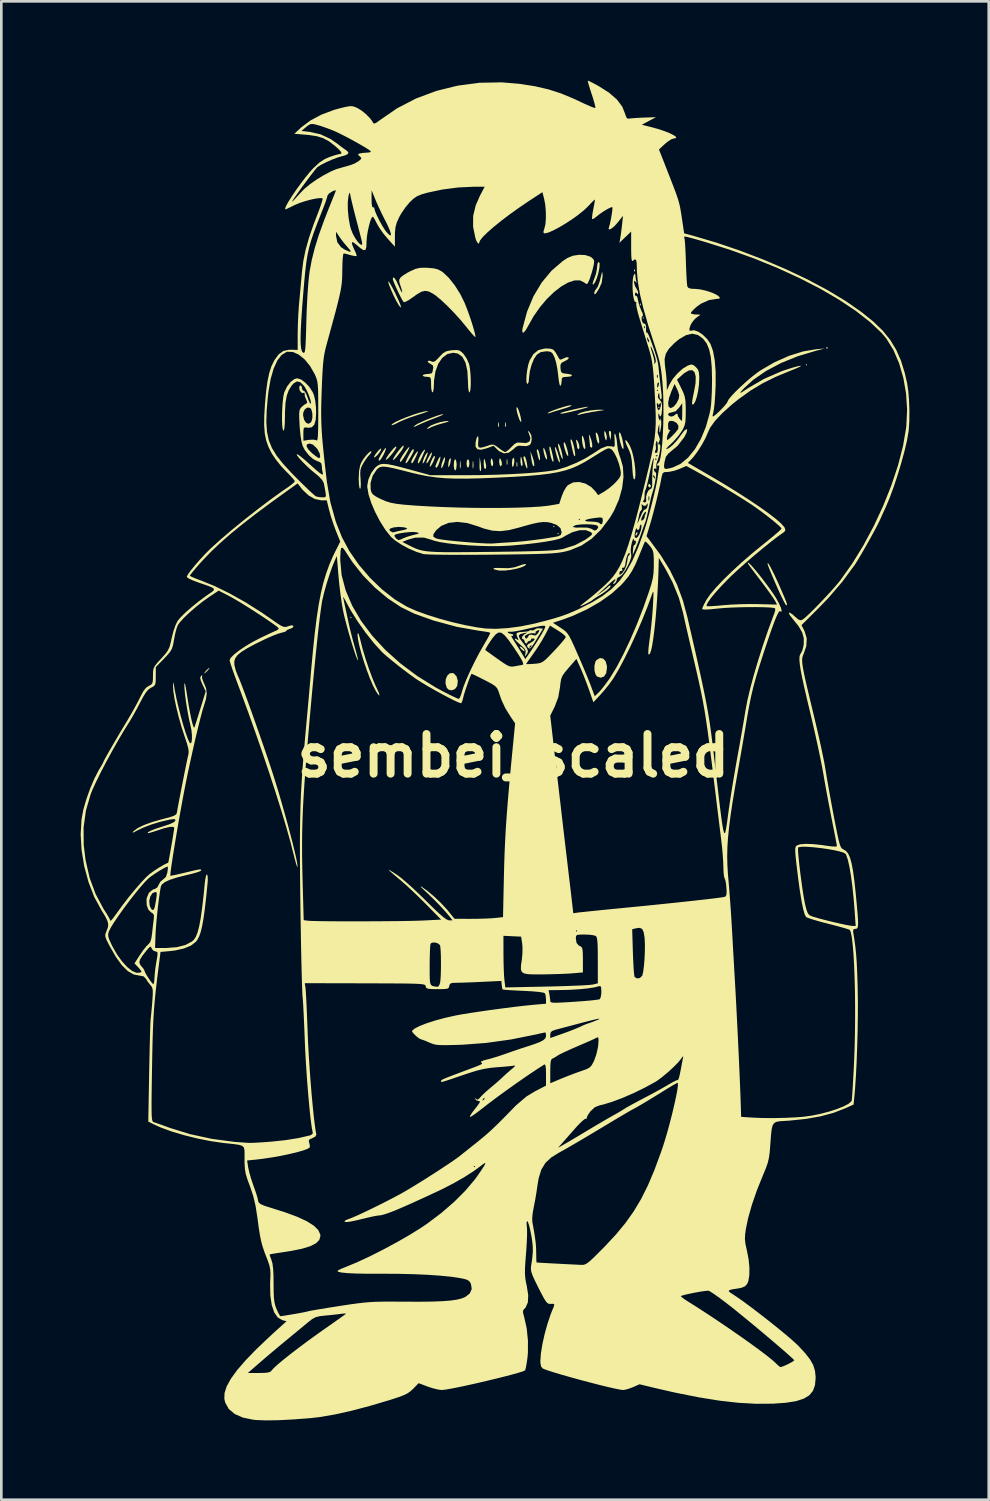
<source format=kicad_pcb>
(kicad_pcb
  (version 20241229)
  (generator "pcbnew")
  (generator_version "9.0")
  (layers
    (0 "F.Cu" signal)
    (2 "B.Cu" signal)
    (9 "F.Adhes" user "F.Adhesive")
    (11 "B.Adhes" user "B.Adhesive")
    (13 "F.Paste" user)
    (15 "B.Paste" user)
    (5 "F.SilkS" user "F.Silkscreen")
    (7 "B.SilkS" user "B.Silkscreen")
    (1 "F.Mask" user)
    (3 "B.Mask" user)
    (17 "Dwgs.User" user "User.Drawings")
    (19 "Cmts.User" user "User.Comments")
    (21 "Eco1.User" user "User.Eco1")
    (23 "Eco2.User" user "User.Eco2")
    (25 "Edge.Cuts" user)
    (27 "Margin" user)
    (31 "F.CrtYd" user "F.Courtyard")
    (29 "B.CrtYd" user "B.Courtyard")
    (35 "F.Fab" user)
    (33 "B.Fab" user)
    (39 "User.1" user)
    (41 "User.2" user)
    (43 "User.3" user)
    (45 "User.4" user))
  (footprint "sembei_scaled"
    (layer "F.Cu")
    (at 16.365 25.53)
    (property "Reference" "sembei_scaled" (at 0 0 0) (layer "F.SilkS") (effects (font (size 1.5 1.5) (thickness 0.3))))
    (attr board_only exclude_from_pos_files exclude_from_bom)
    (fp_poly (pts (xy -6.117 -5.232) (xy -6.144 -5.205) (xy -6.171 -5.232) (xy -6.144 -5.259)) (stroke (width 0) (type solid)) (fill yes) (layer "F.SilkS"))
    (fp_poly (pts (xy 1.556 -8.666) (xy 1.529 -8.64) (xy 1.503 -8.666) (xy 1.529 -8.693)) (stroke (width 0) (type solid)) (fill yes) (layer "F.SilkS"))
    (fp_poly (pts (xy 1.717 -8.398) (xy 1.69 -8.371) (xy 1.664 -8.398) (xy 1.69 -8.425)) (stroke (width 0) (type solid)) (fill yes) (layer "F.SilkS"))
    (fp_poly (pts (xy 4.937 -16.555) (xy 4.91 -16.528) (xy 4.883 -16.555) (xy 4.91 -16.582)) (stroke (width 0) (type solid)) (fill yes) (layer "F.SilkS"))
    (fp_poly (pts (xy 5.527 -13.174) (xy 5.5 -13.147) (xy 5.474 -13.174) (xy 5.5 -13.201)) (stroke (width 0) (type solid)) (fill yes) (layer "F.SilkS"))
    (fp_poly (pts (xy 11.108 -14.784) (xy 11.081 -14.757) (xy 11.054 -14.784) (xy 11.081 -14.811)) (stroke (width 0) (type solid)) (fill yes) (layer "F.SilkS"))
    (fp_poly (pts (xy 4.597 -18.388) (xy 4.603 -18.324) (xy 4.597 -18.317) (xy 4.565 -18.324) (xy 4.561 -18.352) (xy 4.581 -18.397)) (stroke (width 0) (type solid)) (fill yes) (layer "F.SilkS"))
    (fp_poly (pts (xy 4.812 -17.1) (xy 4.818 -17.037) (xy 4.812 -17.029) (xy 4.78 -17.036) (xy 4.776 -17.065) (xy 4.796 -17.109)) (stroke (width 0) (type solid)) (fill yes) (layer "F.SilkS"))
    (fp_poly (pts (xy 11.895 -15.437) (xy 11.888 -15.405) (xy 11.859 -15.401) (xy 11.815 -15.421) (xy 11.824 -15.437) (xy 11.887 -15.443)) (stroke (width 0) (type solid)) (fill yes) (layer "F.SilkS"))
    (fp_poly (pts (xy 3.695 -12.21) (xy 3.693 -12.092) (xy 3.675 -11.94) (xy 3.632 -12.094) (xy 3.611 -12.212) (xy 3.62 -12.277) (xy 3.669 -12.286)) (stroke (width 0) (type solid)) (fill yes) (layer "F.SilkS"))
    (fp_poly (pts (xy 4.698 -8.443) (xy 4.689 -8.401) (xy 4.646 -8.325) (xy 4.618 -8.338) (xy 4.615 -8.368) (xy 4.654 -8.441) (xy 4.668 -8.451)) (stroke (width 0) (type solid)) (fill yes) (layer "F.SilkS"))
    (fp_poly (pts (xy -11.505 -3.294) (xy -11.564 -3.22) (xy -11.645 -3.14) (xy -11.688 -3.112) (xy -11.677 -3.146) (xy -11.618 -3.22) (xy -11.537 -3.299) (xy -11.494 -3.327)) (stroke (width 0) (type solid)) (fill yes) (layer "F.SilkS"))
    (fp_poly (pts (xy -2.001 -11.121) (xy -1.992 -10.965) (xy -2.001 -10.88) (xy -2.015 -10.855) (xy -2.023 -10.922) (xy -2.025 -11.001) (xy -2.02 -11.117) (xy -2.01 -11.149)) (stroke (width 0) (type solid)) (fill yes) (layer "F.SilkS"))
    (fp_poly (pts (xy -1.518 -11.121) (xy -1.509 -10.965) (xy -1.518 -10.88) (xy -1.532 -10.855) (xy -1.54 -10.922) (xy -1.542 -11.001) (xy -1.537 -11.117) (xy -1.527 -11.149)) (stroke (width 0) (type solid)) (fill yes) (layer "F.SilkS"))
    (fp_poly (pts (xy -1.234 -11.054) (xy -1.219 -10.898) (xy -1.229 -10.786) (xy -1.24 -10.762) (xy -1.266 -10.779) (xy -1.28 -10.886) (xy -1.281 -11.003) (xy -1.274 -11.296)) (stroke (width 0) (type solid)) (fill yes) (layer "F.SilkS"))
    (fp_poly (pts (xy -0.556 -12.605) (xy -0.553 -12.596) (xy -0.545 -12.479) (xy -0.555 -12.435) (xy -0.573 -12.433) (xy -0.58 -12.517) (xy -0.58 -12.53) (xy -0.572 -12.613)) (stroke (width 0) (type solid)) (fill yes) (layer "F.SilkS"))
    (fp_poly (pts (xy -0.287 -12.605) (xy -0.285 -12.596) (xy -0.277 -12.479) (xy -0.287 -12.435) (xy -0.304 -12.433) (xy -0.312 -12.517) (xy -0.312 -12.53) (xy -0.304 -12.613)) (stroke (width 0) (type solid)) (fill yes) (layer "F.SilkS"))
    (fp_poly (pts (xy -0.231 -11.202) (xy -0.223 -11.066) (xy -0.231 -11.014) (xy -0.247 -10.997) (xy -0.255 -11.072) (xy -0.256 -11.108) (xy -0.25 -11.206) (xy -0.236 -11.217)) (stroke (width 0) (type solid)) (fill yes) (layer "F.SilkS"))
    (fp_poly (pts (xy 0.142 -11.103) (xy 0.145 -11.094) (xy 0.152 -10.977) (xy 0.143 -10.933) (xy 0.125 -10.931) (xy 0.118 -11.015) (xy 0.118 -11.028) (xy 0.126 -11.111)) (stroke (width 0) (type solid)) (fill yes) (layer "F.SilkS"))
    (fp_poly (pts (xy 0.32 -4.101) (xy 0.391 -4.033) (xy 0.428 -3.968) (xy 0.424 -3.95) (xy 0.375 -3.969) (xy 0.299 -4.032) (xy 0.242 -4.103) (xy 0.252 -4.132)) (stroke (width 0) (type solid)) (fill yes) (layer "F.SilkS"))
    (fp_poly (pts (xy 5.152 -10.276) (xy 5.203 -10.208) (xy 5.205 -10.193) (xy 5.164 -10.144) (xy 5.152 -10.142) (xy 5.104 -10.186) (xy 5.098 -10.226) (xy 5.124 -10.281)) (stroke (width 0) (type solid)) (fill yes) (layer "F.SilkS"))
    (fp_poly (pts (xy -0.781 -11.163) (xy -0.765 -11.079) (xy -0.771 -10.98) (xy -0.803 -10.947) (xy -0.841 -10.994) (xy -0.859 -11.108) (xy -0.859 -11.117) (xy -0.845 -11.227) (xy -0.815 -11.241)) (stroke (width 0) (type solid)) (fill yes) (layer "F.SilkS"))
    (fp_poly (pts (xy -2.586 -11.283) (xy -2.583 -11.242) (xy -2.603 -11.118) (xy -2.654 -10.974) (xy -2.704 -10.879) (xy -2.726 -10.879) (xy -2.73 -10.92) (xy -2.709 -11.045) (xy -2.658 -11.189) (xy -2.608 -11.284)) (stroke (width 0) (type solid)) (fill yes) (layer "F.SilkS"))
    (fp_poly (pts (xy -2.365 -11.208) (xy -2.366 -11.189) (xy -2.39 -11.047) (xy -2.415 -10.974) (xy -2.449 -10.906) (xy -2.461 -10.935) (xy -2.464 -11.001) (xy -2.446 -11.138) (xy -2.415 -11.215) (xy -2.375 -11.261)) (stroke (width 0) (type solid)) (fill yes) (layer "F.SilkS"))
    (fp_poly (pts (xy -1.079 -11.179) (xy -1.073 -11.162) (xy -1.031 -10.984) (xy -1.035 -10.871) (xy -1.073 -10.84) (xy -1.105 -10.887) (xy -1.121 -11.007) (xy -1.122 -11.068) (xy -1.116 -11.199) (xy -1.103 -11.233)) (stroke (width 0) (type solid)) (fill yes) (layer "F.SilkS"))
    (fp_poly (pts (xy -0.483 -11.215) (xy -0.439 -11.104) (xy -0.436 -11.001) (xy -0.474 -10.948) (xy -0.483 -10.947) (xy -0.519 -10.994) (xy -0.536 -11.108) (xy -0.536 -11.121) (xy -0.528 -11.23) (xy -0.503 -11.241)) (stroke (width 0) (type solid)) (fill yes) (layer "F.SilkS"))
    (fp_poly (pts (xy 0.032 -11.223) (xy 0.036 -11.112) (xy 0.035 -11.108) (xy 0.009 -10.965) (xy -0.022 -10.915) (xy -0.046 -10.961) (xy -0.054 -11.072) (xy -0.041 -11.2) (xy -0.009 -11.266) (xy -0.000452 -11.269)) (stroke (width 0) (type solid)) (fill yes) (layer "F.SilkS"))
    (fp_poly (pts (xy 0.317 -11.23) (xy 0.34 -11.121) (xy 0.349 -11) (xy 0.324 -10.947) (xy 0.321 -10.947) (xy 0.287 -10.994) (xy 0.269 -11.111) (xy 0.268 -11.144) (xy 0.274 -11.279) (xy 0.29 -11.308)) (stroke (width 0) (type solid)) (fill yes) (layer "F.SilkS"))
    (fp_poly (pts (xy 0.725 -11.297) (xy 0.768 -11.159) (xy 0.789 -11.039) (xy 0.788 -10.961) (xy 0.762 -10.95) (xy 0.739 -10.979) (xy 0.709 -11.066) (xy 0.681 -11.213) (xy 0.672 -11.274) (xy 0.642 -11.51)) (stroke (width 0) (type solid)) (fill yes) (layer "F.SilkS"))
    (fp_poly (pts (xy 3.471 -12.257) (xy 3.493 -12.22) (xy 3.531 -12.089) (xy 3.531 -12.005) (xy 3.514 -11.925) (xy 3.491 -11.946) (xy 3.474 -11.984) (xy 3.441 -12.122) (xy 3.436 -12.199) (xy 3.443 -12.278)) (stroke (width 0) (type solid)) (fill yes) (layer "F.SilkS"))
    (fp_poly (pts (xy -5.008 -11.56) (xy -5.067 -11.463) (xy -5.151 -11.361) (xy -5.234 -11.29) (xy -5.257 -11.279) (xy -5.271 -11.301) (xy -5.226 -11.385) (xy -5.179 -11.451) (xy -5.085 -11.561) (xy -5.017 -11.618) (xy -5 -11.618)) (stroke (width 0) (type solid)) (fill yes) (layer "F.SilkS"))
    (fp_poly (pts (xy -3.248 -11.412) (xy -3.29 -11.29) (xy -3.325 -11.21) (xy -3.385 -11.094) (xy -3.425 -11.052) (xy -3.433 -11.07) (xy -3.415 -11.166) (xy -3.369 -11.287) (xy -3.312 -11.399) (xy -3.262 -11.466) (xy -3.242 -11.47)) (stroke (width 0) (type solid)) (fill yes) (layer "F.SilkS"))
    (fp_poly (pts (xy -3.083 -11.408) (xy -3.125 -11.296) (xy -3.187 -11.174) (xy -3.249 -11.081) (xy -3.284 -11.054) (xy -3.289 -11.096) (xy -3.251 -11.203) (xy -3.217 -11.274) (xy -3.146 -11.399) (xy -3.093 -11.465) (xy -3.08 -11.469)) (stroke (width 0) (type solid)) (fill yes) (layer "F.SilkS"))
    (fp_poly (pts (xy 2.401 -11.94) (xy 2.454 -11.853) (xy 2.489 -11.738) (xy 2.498 -11.637) (xy 2.472 -11.591) (xy 2.469 -11.591) (xy 2.418 -11.633) (xy 2.414 -11.658) (xy 2.401 -11.76) (xy 2.38 -11.859) (xy 2.368 -11.947)) (stroke (width 0) (type solid)) (fill yes) (layer "F.SilkS"))
    (fp_poly (pts (xy -4.821 -11.602) (xy -4.859 -11.492) (xy -4.9 -11.403) (xy -4.983 -11.254) (xy -5.051 -11.169) (xy -5.091 -11.162) (xy -5.098 -11.195) (xy -5.072 -11.268) (xy -5.01 -11.386) (xy -4.933 -11.511) (xy -4.863 -11.609) (xy -4.823 -11.645)) (stroke (width 0) (type solid)) (fill yes) (layer "F.SilkS"))
    (fp_poly (pts (xy -2.969 -11.34) (xy -2.977 -11.257) (xy -3.027 -11.124) (xy -3.053 -11.072) (xy -3.118 -10.963) (xy -3.158 -10.924) (xy -3.164 -10.935) (xy -3.148 -11.027) (xy -3.105 -11.145) (xy -3.051 -11.258) (xy -3 -11.334) (xy -2.969 -11.341)) (stroke (width 0) (type solid)) (fill yes) (layer "F.SilkS"))
    (fp_poly (pts (xy -2.761 -11.25) (xy -2.789 -11.134) (xy -2.833 -11.008) (xy -2.881 -10.915) (xy -2.907 -10.893) (xy -2.951 -10.919) (xy -2.951 -10.922) (xy -2.932 -10.997) (xy -2.886 -11.11) (xy -2.83 -11.225) (xy -2.783 -11.302) (xy -2.765 -11.315)) (stroke (width 0) (type solid)) (fill yes) (layer "F.SilkS"))
    (fp_poly (pts (xy -2.167 -11.168) (xy -2.148 -11.049) (xy -2.146 -11.001) (xy -2.158 -10.866) (xy -2.188 -10.792) (xy -2.2 -10.786) (xy -2.234 -10.834) (xy -2.252 -10.953) (xy -2.254 -11.001) (xy -2.242 -11.135) (xy -2.212 -11.21) (xy -2.2 -11.215)) (stroke (width 0) (type solid)) (fill yes) (layer "F.SilkS"))
    (fp_poly (pts (xy -1.68 -11.169) (xy -1.664 -11.056) (xy -1.664 -11.054) (xy -1.679 -10.941) (xy -1.717 -10.893) (xy -1.717 -10.893) (xy -1.755 -10.94) (xy -1.771 -11.052) (xy -1.771 -11.054) (xy -1.755 -11.167) (xy -1.718 -11.215) (xy -1.717 -11.215)) (stroke (width 0) (type solid)) (fill yes) (layer "F.SilkS"))
    (fp_poly (pts (xy 0.455 -11.276) (xy 0.489 -11.165) (xy 0.517 -11.03) (xy 0.529 -10.913) (xy 0.52 -10.859) (xy 0.494 -10.892) (xy 0.453 -10.998) (xy 0.438 -11.047) (xy 0.393 -11.207) (xy 0.379 -11.289) (xy 0.397 -11.319) (xy 0.422 -11.323)) (stroke (width 0) (type solid)) (fill yes) (layer "F.SilkS"))
    (fp_poly (pts (xy 0.945 -11.545) (xy 0.98 -11.436) (xy 1.005 -11.308) (xy 1.009 -11.206) (xy 0.999 -11.177) (xy 0.97 -11.202) (xy 0.938 -11.3) (xy 0.937 -11.303) (xy 0.905 -11.438) (xy 0.883 -11.524) (xy 0.891 -11.585) (xy 0.908 -11.591)) (stroke (width 0) (type solid)) (fill yes) (layer "F.SilkS"))
    (fp_poly (pts (xy 1.185 -11.583) (xy 1.213 -11.511) (xy 1.258 -11.359) (xy 1.276 -11.239) (xy 1.274 -11.216) (xy 1.248 -11.206) (xy 1.206 -11.281) (xy 1.192 -11.317) (xy 1.148 -11.474) (xy 1.131 -11.606) (xy 1.131 -11.612) (xy 1.146 -11.649)) (stroke (width 0) (type solid)) (fill yes) (layer "F.SilkS"))
    (fp_poly (pts (xy 1.603 -11.652) (xy 1.647 -11.554) (xy 1.694 -11.416) (xy 1.734 -11.27) (xy 1.757 -11.15) (xy 1.756 -11.094) (xy 1.73 -11.105) (xy 1.686 -11.199) (xy 1.639 -11.34) (xy 1.594 -11.509) (xy 1.571 -11.633) (xy 1.573 -11.679)) (stroke (width 0) (type solid)) (fill yes) (layer "F.SilkS"))
    (fp_poly (pts (xy 1.957 -11.813) (xy 2.001 -11.7) (xy 2.043 -11.558) (xy 2.071 -11.426) (xy 2.074 -11.343) (xy 2.069 -11.335) (xy 2.034 -11.357) (xy 1.995 -11.436) (xy 1.934 -11.626) (xy 1.903 -11.772) (xy 1.907 -11.851) (xy 1.92 -11.859)) (stroke (width 0) (type solid)) (fill yes) (layer "F.SilkS"))
    (fp_poly (pts (xy 2.889 -12.101) (xy 2.947 -11.941) (xy 2.98 -11.791) (xy 2.983 -11.682) (xy 2.956 -11.645) (xy 2.901 -11.687) (xy 2.897 -11.712) (xy 2.89 -11.805) (xy 2.874 -11.954) (xy 2.869 -11.993) (xy 2.858 -12.115) (xy 2.869 -12.137)) (stroke (width 0) (type solid)) (fill yes) (layer "F.SilkS"))
    (fp_poly (pts (xy 3.151 -12.214) (xy 3.159 -12.205) (xy 3.201 -12.123) (xy 3.233 -12.003) (xy 3.247 -11.885) (xy 3.237 -11.813) (xy 3.225 -11.806) (xy 3.184 -11.852) (xy 3.148 -11.965) (xy 3.146 -11.973) (xy 3.117 -12.144) (xy 3.118 -12.221)) (stroke (width 0) (type solid)) (fill yes) (layer "F.SilkS"))
    (fp_poly (pts (xy -4.425 -11.662) (xy -4.478 -11.563) (xy -4.592 -11.411) (xy -4.666 -11.323) (xy -4.76 -11.225) (xy -4.818 -11.187) (xy -4.828 -11.196) (xy -4.797 -11.27) (xy -4.72 -11.388) (xy -4.62 -11.518) (xy -4.522 -11.63) (xy -4.45 -11.692) (xy -4.439 -11.696)) (stroke (width 0) (type solid)) (fill yes) (layer "F.SilkS"))
    (fp_poly (pts (xy -4.155 -11.665) (xy -4.237 -11.529) (xy -4.392 -11.331) (xy -4.421 -11.296) (xy -4.506 -11.208) (xy -4.554 -11.18) (xy -4.558 -11.189) (xy -4.53 -11.26) (xy -4.458 -11.375) (xy -4.364 -11.506) (xy -4.267 -11.628) (xy -4.187 -11.712) (xy -4.147 -11.732)) (stroke (width 0) (type solid)) (fill yes) (layer "F.SilkS"))
    (fp_poly (pts (xy -3.763 -11.575) (xy -3.772 -11.515) (xy -3.832 -11.393) (xy -3.893 -11.287) (xy -3.997 -11.122) (xy -4.059 -11.054) (xy -4.078 -11.08) (xy -4.055 -11.155) (xy -3.997 -11.277) (xy -3.924 -11.414) (xy -3.853 -11.529) (xy -3.805 -11.589) (xy -3.799 -11.591)) (stroke (width 0) (type solid)) (fill yes) (layer "F.SilkS"))
    (fp_poly (pts (xy -3.62 -11.462) (xy -3.665 -11.351) (xy -3.727 -11.221) (xy -3.79 -11.11) (xy -3.834 -11.055) (xy -3.838 -11.054) (xy -3.863 -11.095) (xy -3.864 -11.105) (xy -3.84 -11.18) (xy -3.782 -11.292) (xy -3.711 -11.408) (xy -3.647 -11.495) (xy -3.612 -11.518)) (stroke (width 0) (type solid)) (fill yes) (layer "F.SilkS"))
    (fp_poly (pts (xy 1.414 -11.64) (xy 1.448 -11.518) (xy 1.492 -11.336) (xy 1.515 -11.199) (xy 1.511 -11.118) (xy 1.501 -11.108) (xy 1.467 -11.156) (xy 1.425 -11.278) (xy 1.399 -11.384) (xy 1.37 -11.544) (xy 1.36 -11.656) (xy 1.366 -11.687) (xy 1.389 -11.69)) (stroke (width 0) (type solid)) (fill yes) (layer "F.SilkS"))
    (fp_poly (pts (xy 1.729 -11.77) (xy 1.763 -11.692) (xy 1.811 -11.543) (xy 1.848 -11.391) (xy 1.866 -11.271) (xy 1.86 -11.216) (xy 1.858 -11.215) (xy 1.828 -11.262) (xy 1.781 -11.382) (xy 1.746 -11.493) (xy 1.705 -11.653) (xy 1.69 -11.763) (xy 1.698 -11.807)) (stroke (width 0) (type solid)) (fill yes) (layer "F.SilkS"))
    (fp_poly (pts (xy 2.616 -12.101) (xy 2.657 -12.017) (xy 2.694 -11.873) (xy 2.704 -11.819) (xy 2.721 -11.655) (xy 2.708 -11.592) (xy 2.665 -11.631) (xy 2.661 -11.636) (xy 2.63 -11.721) (xy 2.606 -11.844) (xy 2.592 -11.972) (xy 2.592 -12.07) (xy 2.609 -12.105)) (stroke (width 0) (type solid)) (fill yes) (layer "F.SilkS"))
    (fp_poly (pts (xy 4.05 -12.187) (xy 4.095 -12.064) (xy 4.128 -11.936) (xy 4.16 -11.759) (xy 4.168 -11.641) (xy 4.152 -11.595) (xy 4.117 -11.635) (xy 4.087 -11.704) (xy 4.038 -11.866) (xy 4.005 -12.029) (xy 3.992 -12.161) (xy 4.005 -12.231) (xy 4.014 -12.235)) (stroke (width 0) (type solid)) (fill yes) (layer "F.SilkS"))
    (fp_poly (pts (xy -3.945 -11.624) (xy -4 -11.513) (xy -4.079 -11.375) (xy -4.164 -11.241) (xy -4.235 -11.142) (xy -4.272 -11.108) (xy -4.293 -11.149) (xy -4.293 -11.159) (xy -4.266 -11.231) (xy -4.199 -11.347) (xy -4.111 -11.477) (xy -4.024 -11.593) (xy -3.956 -11.666) (xy -3.931 -11.677)) (stroke (width 0) (type solid)) (fill yes) (layer "F.SilkS"))
    (fp_poly (pts (xy -3.338 -11.564) (xy -3.372 -11.485) (xy -3.431 -11.349) (xy -3.46 -11.282) (xy -3.527 -11.147) (xy -3.585 -11.065) (xy -3.604 -11.054) (xy -3.615 -11.098) (xy -3.586 -11.206) (xy -3.567 -11.256) (xy -3.492 -11.406) (xy -3.413 -11.522) (xy -3.399 -11.537) (xy -3.343 -11.58)) (stroke (width 0) (type solid)) (fill yes) (layer "F.SilkS"))
    (fp_poly (pts (xy -2.253 -3.112) (xy -2.149 -3.001) (xy -2.102 -2.833) (xy -2.122 -2.647) (xy -2.126 -2.635) (xy -2.209 -2.521) (xy -2.329 -2.473) (xy -2.449 -2.497) (xy -2.519 -2.569) (xy -2.567 -2.731) (xy -2.557 -2.893) (xy -2.5 -3.029) (xy -2.409 -3.116) (xy -2.294 -3.128)) (stroke (width 0) (type solid)) (fill yes) (layer "F.SilkS"))
    (fp_poly (pts (xy 0.146 -13.174) (xy 0.188 -13.097) (xy 0.234 -12.964) (xy 0.274 -12.815) (xy 0.297 -12.687) (xy 0.295 -12.619) (xy 0.294 -12.618) (xy 0.262 -12.646) (xy 0.215 -12.743) (xy 0.212 -12.751) (xy 0.158 -12.914) (xy 0.125 -13.057) (xy 0.116 -13.155) (xy 0.135 -13.183)) (stroke (width 0) (type solid)) (fill yes) (layer "F.SilkS"))
    (fp_poly (pts (xy 3.392 -3.676) (xy 3.486 -3.575) (xy 3.536 -3.404) (xy 3.54 -3.337) (xy 3.512 -3.125) (xy 3.428 -2.994) (xy 3.3 -2.951) (xy 3.173 -2.992) (xy 3.114 -3.055) (xy 3.068 -3.213) (xy 3.064 -3.396) (xy 3.102 -3.555) (xy 3.143 -3.618) (xy 3.272 -3.694)) (stroke (width 0) (type solid)) (fill yes) (layer "F.SilkS"))
    (fp_poly (pts (xy -2.443 -12.647) (xy -2.507 -12.618) (xy -2.643 -12.58) (xy -2.848 -12.522) (xy -3.038 -12.455) (xy -3.126 -12.416) (xy -3.236 -12.361) (xy -3.267 -12.358) (xy -3.234 -12.406) (xy -3.227 -12.414) (xy -3.126 -12.485) (xy -2.957 -12.556) (xy -2.759 -12.617) (xy -2.57 -12.654) (xy -2.472 -12.66)) (stroke (width 0) (type solid)) (fill yes) (layer "F.SilkS"))
    (fp_poly (pts (xy 2.22 -11.919) (xy 2.263 -11.795) (xy 2.296 -11.662) (xy 2.331 -11.465) (xy 2.339 -11.35) (xy 2.319 -11.326) (xy 2.292 -11.359) (xy 2.265 -11.438) (xy 2.233 -11.572) (xy 2.229 -11.591) (xy 2.196 -11.746) (xy 2.167 -11.867) (xy 2.166 -11.873) (xy 2.164 -11.951) (xy 2.185 -11.967)) (stroke (width 0) (type solid)) (fill yes) (layer "F.SilkS"))
    (fp_poly (pts (xy 3.371 -18.217) (xy 3.374 -18.142) (xy 3.34 -17.884) (xy 3.244 -17.673) (xy 3.147 -17.516) (xy 3.089 -17.45) (xy 3.063 -17.466) (xy 3.059 -17.514) (xy 3.097 -17.61) (xy 3.133 -17.649) (xy 3.199 -17.753) (xy 3.269 -17.955) (xy 3.34 -18.244) (xy 3.346 -18.272) (xy 3.36 -18.29)) (stroke (width 0) (type solid)) (fill yes) (layer "F.SilkS"))
    (fp_poly (pts (xy 3.41 -13.079) (xy 3.427 -13.07) (xy 3.354 -13.058) (xy 3.179 -13.033) (xy 2.967 -12.998) (xy 2.755 -12.958) (xy 2.579 -12.921) (xy 2.476 -12.894) (xy 2.421 -12.886) (xy 2.442 -12.919) (xy 2.535 -12.968) (xy 2.703 -13.016) (xy 2.909 -13.056) (xy 3.122 -13.081) (xy 3.289 -13.085)) (stroke (width 0) (type solid)) (fill yes) (layer "F.SilkS"))
    (fp_poly (pts (xy 2.204 -13.243) (xy 2.149 -13.209) (xy 2.002 -13.155) (xy 1.819 -13.1) (xy 1.624 -13.042) (xy 1.459 -12.99) (xy 1.368 -12.959) (xy 1.299 -12.941) (xy 1.315 -12.973) (xy 1.387 -13.013) (xy 1.53 -13.07) (xy 1.712 -13.134) (xy 1.899 -13.193) (xy 2.059 -13.237) (xy 2.159 -13.254) (xy 2.161 -13.255)) (stroke (width 0) (type solid)) (fill yes) (layer "F.SilkS"))
    (fp_poly (pts (xy -4.695 -17.906) (xy -4.625 -17.791) (xy -4.531 -17.618) (xy -4.453 -17.46) (xy -4.346 -17.231) (xy -4.278 -17.065) (xy -4.249 -16.969) (xy -4.262 -16.951) (xy -4.319 -17.019) (xy -4.358 -17.078) (xy -4.436 -17.216) (xy -4.524 -17.391) (xy -4.608 -17.576) (xy -4.679 -17.747) (xy -4.725 -17.877) (xy -4.734 -17.94) (xy -4.732 -17.942)) (stroke (width 0) (type solid)) (fill yes) (layer "F.SilkS"))
    (fp_poly (pts (xy 2.819 -13.184) (xy 2.727 -13.151) (xy 2.564 -13.104) (xy 2.415 -13.065) (xy 2.137 -12.997) (xy 1.949 -12.955) (xy 1.835 -12.937) (xy 1.781 -12.941) (xy 1.771 -12.955) (xy 1.819 -12.977) (xy 1.945 -13.014) (xy 2.123 -13.059) (xy 2.325 -13.106) (xy 2.524 -13.149) (xy 2.693 -13.181) (xy 2.806 -13.197) (xy 2.824 -13.197)) (stroke (width 0) (type solid)) (fill yes) (layer "F.SilkS"))
    (fp_poly (pts (xy 3.26 -18.628) (xy 3.257 -18.486) (xy 3.249 -18.431) (xy 3.207 -18.227) (xy 3.148 -18.04) (xy 3.083 -17.895) (xy 3.022 -17.82) (xy 3.007 -17.816) (xy 2.997 -17.859) (xy 3.029 -17.968) (xy 3.06 -18.044) (xy 3.126 -18.233) (xy 3.162 -18.426) (xy 3.165 -18.473) (xy 3.18 -18.603) (xy 3.215 -18.671) (xy 3.226 -18.674)) (stroke (width 0) (type solid)) (fill yes) (layer "F.SilkS"))
    (fp_poly (pts (xy 0.483 -7.245) (xy 0.434 -7.185) (xy 0.304 -7.126) (xy 0.119 -7.072) (xy -0.095 -7.03) (xy -0.311 -7.004) (xy -0.503 -7.002) (xy -0.59 -7.012) (xy -0.727 -7.048) (xy -0.764 -7.078) (xy -0.709 -7.098) (xy -0.568 -7.103) (xy -0.447 -7.098) (xy -0.187 -7.092) (xy 0.025 -7.123) (xy 0.201 -7.18) (xy 0.353 -7.231) (xy 0.456 -7.253)) (stroke (width 0) (type solid)) (fill yes) (layer "F.SilkS"))
    (fp_poly (pts (xy -2.647 -12.915) (xy -2.682 -12.887) (xy -2.795 -12.836) (xy -2.96 -12.771) (xy -2.963 -12.77) (xy -3.193 -12.681) (xy -3.43 -12.582) (xy -3.569 -12.519) (xy -3.713 -12.452) (xy -3.772 -12.433) (xy -3.757 -12.459) (xy -3.717 -12.496) (xy -3.628 -12.551) (xy -3.475 -12.624) (xy -3.285 -12.706) (xy -3.083 -12.786) (xy -2.893 -12.855) (xy -2.743 -12.902) (xy -2.657 -12.918)) (stroke (width 0) (type solid)) (fill yes) (layer "F.SilkS"))
    (fp_poly (pts (xy -3.22 -13.037) (xy -3.232 -13.022) (xy -3.329 -12.983) (xy -3.494 -12.927) (xy -3.624 -12.887) (xy -3.874 -12.804) (xy -4.118 -12.711) (xy -4.314 -12.624) (xy -4.362 -12.598) (xy -4.501 -12.529) (xy -4.593 -12.497) (xy -4.615 -12.503) (xy -4.567 -12.557) (xy -4.439 -12.632) (xy -4.252 -12.718) (xy -4.029 -12.809) (xy -3.794 -12.895) (xy -3.567 -12.967) (xy -3.373 -13.017) (xy -3.232 -13.037)) (stroke (width 0) (type solid)) (fill yes) (layer "F.SilkS"))
    (fp_poly (pts (xy 4.284 -11.911) (xy 4.356 -11.808) (xy 4.422 -11.685) (xy 4.485 -11.517) (xy 4.539 -11.303) (xy 4.582 -11.068) (xy 4.608 -10.839) (xy 4.617 -10.641) (xy 4.604 -10.5) (xy 4.575 -10.446) (xy 4.545 -10.478) (xy 4.519 -10.61) (xy 4.501 -10.835) (xy 4.498 -10.889) (xy 4.478 -11.159) (xy 4.443 -11.362) (xy 4.383 -11.534) (xy 4.334 -11.638) (xy 4.265 -11.789) (xy 4.232 -11.9) (xy 4.238 -11.939)) (stroke (width 0) (type solid)) (fill yes) (layer "F.SilkS"))
    (fp_poly (pts (xy -5.844 -4.582) (xy -5.798 -4.42) (xy -5.774 -4.32) (xy -5.692 -4.003) (xy -5.584 -3.647) (xy -5.462 -3.284) (xy -5.337 -2.946) (xy -5.22 -2.664) (xy -5.17 -2.56) (xy -5.093 -2.391) (xy -5.063 -2.295) (xy -5.08 -2.279) (xy -5.14 -2.35) (xy -5.205 -2.453) (xy -5.312 -2.66) (xy -5.427 -2.929) (xy -5.543 -3.235) (xy -5.653 -3.558) (xy -5.75 -3.876) (xy -5.827 -4.166) (xy -5.877 -4.407) (xy -5.894 -4.577) (xy -5.892 -4.603) (xy -5.875 -4.642)) (stroke (width 0) (type solid)) (fill yes) (layer "F.SilkS"))
    (fp_poly (pts (xy 9.637 -7.275) (xy 9.696 -7.183) (xy 9.78 -7.025) (xy 9.886 -6.811) (xy 10.006 -6.551) (xy 10.066 -6.415) (xy 10.188 -6.134) (xy 10.272 -5.937) (xy 10.323 -5.808) (xy 10.346 -5.734) (xy 10.346 -5.699) (xy 10.328 -5.689) (xy 10.316 -5.688) (xy 10.282 -5.735) (xy 10.214 -5.862) (xy 10.12 -6.054) (xy 10.011 -6.292) (xy 9.964 -6.399) (xy 9.849 -6.662) (xy 9.75 -6.896) (xy 9.673 -7.082) (xy 9.629 -7.197) (xy 9.622 -7.218) (xy 9.611 -7.29)) (stroke (width 0) (type solid)) (fill yes) (layer "F.SilkS"))
    (fp_poly (pts (xy -5.367 -11.506) (xy -5.366 -11.5) (xy -5.403 -11.422) (xy -5.45 -11.374) (xy -5.525 -11.288) (xy -5.623 -11.148) (xy -5.672 -11.068) (xy -5.746 -10.928) (xy -5.784 -10.804) (xy -5.792 -10.656) (xy -5.779 -10.46) (xy -5.769 -10.263) (xy -5.777 -10.132) (xy -5.799 -10.088) (xy -5.823 -10.138) (xy -5.841 -10.268) (xy -5.849 -10.454) (xy -5.849 -10.493) (xy -5.836 -10.774) (xy -5.794 -10.982) (xy -5.747 -11.097) (xy -5.669 -11.225) (xy -5.572 -11.351) (xy -5.476 -11.453) (xy -5.402 -11.512)) (stroke (width 0) (type solid)) (fill yes) (layer "F.SilkS"))
    (fp_poly (pts (xy 2.723 -18.933) (xy 2.912 -18.872) (xy 2.956 -18.842) (xy 3.027 -18.776) (xy 3.055 -18.705) (xy 3.044 -18.594) (xy 3.017 -18.468) (xy 2.962 -18.262) (xy 2.897 -18.063) (xy 2.872 -17.997) (xy 2.816 -17.874) (xy 2.772 -17.836) (xy 2.714 -17.869) (xy 2.686 -17.894) (xy 2.519 -17.977) (xy 2.31 -17.975) (xy 2.07 -17.895) (xy 1.809 -17.746) (xy 1.537 -17.535) (xy 1.264 -17.271) (xy 1.003 -16.962) (xy 0.762 -16.616) (xy 0.569 -16.273) (xy 0.47 -16.1) (xy 0.393 -16.008) (xy 0.346 -16.003) (xy 0.336 -16.087) (xy 0.348 -16.166) (xy 0.517 -16.795) (xy 0.76 -17.376) (xy 1.071 -17.895) (xy 1.443 -18.343) (xy 1.867 -18.708) (xy 2.045 -18.825) (xy 2.252 -18.909) (xy 2.49 -18.945)) (stroke (width 0) (type solid)) (fill yes) (layer "F.SilkS"))
    (fp_poly (pts (xy 0.566 -12.275) (xy 0.608 -12.242) (xy 0.675 -12.129) (xy 0.695 -11.972) (xy 0.666 -11.824) (xy 0.617 -11.752) (xy 0.493 -11.709) (xy 0.341 -11.716) (xy 0.199 -11.725) (xy 0.095 -11.68) (xy -0.002 -11.589) (xy -0.178 -11.459) (xy -0.359 -11.435) (xy -0.54 -11.519) (xy -0.604 -11.576) (xy -0.75 -11.722) (xy -0.997 -11.63) (xy -1.216 -11.573) (xy -1.36 -11.591) (xy -1.43 -11.686) (xy -1.43 -11.846) (xy -1.393 -12.006) (xy -1.356 -12.082) (xy -1.328 -12.069) (xy -1.322 -11.961) (xy -1.328 -11.891) (xy -1.337 -11.741) (xy -1.31 -11.662) (xy -1.229 -11.648) (xy -1.076 -11.687) (xy -0.976 -11.722) (xy -0.838 -11.765) (xy -0.745 -11.763) (xy -0.647 -11.709) (xy -0.559 -11.641) (xy -0.431 -11.548) (xy -0.333 -11.491) (xy -0.308 -11.484) (xy -0.242 -11.52) (xy -0.136 -11.612) (xy -0.072 -11.677) (xy 0.05 -11.794) (xy 0.146 -11.843) (xy 0.256 -11.843) (xy 0.29 -11.837) (xy 0.491 -11.827) (xy 0.611 -11.885) (xy 0.646 -12.005) (xy 0.591 -12.181) (xy 0.581 -12.198) (xy 0.544 -12.278)) (stroke (width 0) (type solid)) (fill yes) (layer "F.SilkS"))
    (fp_poly (pts (xy -3.228 -18.451) (xy -3.004 -18.43) (xy -2.846 -18.389) (xy -2.712 -18.316) (xy -2.659 -18.278) (xy -2.437 -18.068) (xy -2.213 -17.784) (xy -2.006 -17.455) (xy -1.837 -17.111) (xy -1.836 -17.107) (xy -1.748 -16.883) (xy -1.66 -16.639) (xy -1.578 -16.395) (xy -1.51 -16.172) (xy -1.46 -15.99) (xy -1.435 -15.869) (xy -1.44 -15.83) (xy -1.487 -15.87) (xy -1.582 -15.975) (xy -1.707 -16.126) (xy -1.76 -16.192) (xy -1.988 -16.469) (xy -2.239 -16.747) (xy -2.494 -17.008) (xy -2.733 -17.233) (xy -2.938 -17.404) (xy -3.046 -17.477) (xy -3.204 -17.557) (xy -3.339 -17.581) (xy -3.48 -17.546) (xy -3.652 -17.446) (xy -3.805 -17.336) (xy -3.958 -17.232) (xy -4.081 -17.166) (xy -4.146 -17.154) (xy -4.19 -17.214) (xy -4.261 -17.345) (xy -4.347 -17.517) (xy -4.433 -17.701) (xy -4.506 -17.869) (xy -4.552 -17.992) (xy -4.561 -18.033) (xy -4.543 -18.092) (xy -4.494 -18.062) (xy -4.425 -17.957) (xy -4.346 -17.788) (xy -4.346 -17.787) (xy -4.269 -17.612) (xy -4.219 -17.526) (xy -4.202 -17.532) (xy -4.223 -17.631) (xy -4.266 -17.762) (xy -4.313 -17.91) (xy -4.318 -17.999) (xy -4.28 -18.068) (xy -4.258 -18.093) (xy -4.161 -18.171) (xy -4.006 -18.267) (xy -3.882 -18.332) (xy -3.701 -18.411) (xy -3.541 -18.449) (xy -3.352 -18.456)) (stroke (width 0) (type solid)) (fill yes) (layer "F.SilkS"))
    (fp_poly (pts (xy -2.04 -15.324) (xy -1.949 -15.259) (xy -1.886 -15.195) (xy -1.773 -15.033) (xy -1.685 -14.837) (xy -1.67 -14.789) (xy -1.641 -14.623) (xy -1.621 -14.419) (xy -1.612 -14.203) (xy -1.613 -14.003) (xy -1.625 -13.843) (xy -1.648 -13.75) (xy -1.664 -13.737) (xy -1.69 -13.788) (xy -1.709 -13.924) (xy -1.717 -14.124) (xy -1.717 -14.153) (xy -1.741 -14.558) (xy -1.811 -14.868) (xy -1.929 -15.084) (xy -2.095 -15.207) (xy -2.276 -15.24) (xy -2.498 -15.19) (xy -2.688 -15.047) (xy -2.841 -14.825) (xy -2.947 -14.535) (xy -3.001 -14.191) (xy -3.005 -14.05) (xy -3.013 -13.882) (xy -3.035 -13.769) (xy -3.059 -13.737) (xy -3.088 -13.786) (xy -3.108 -13.911) (xy -3.112 -14.033) (xy -3.115 -14.201) (xy -3.133 -14.289) (xy -3.18 -14.322) (xy -3.271 -14.328) (xy -3.273 -14.328) (xy -3.386 -14.343) (xy -3.434 -14.381) (xy -3.434 -14.381) (xy -3.387 -14.417) (xy -3.271 -14.435) (xy -3.247 -14.435) (xy -3.104 -14.454) (xy -3.059 -14.511) (xy -3.04 -14.63) (xy -3.027 -14.671) (xy -3.044 -14.758) (xy -3.132 -14.817) (xy -3.222 -14.876) (xy -3.242 -14.926) (xy -3.179 -14.94) (xy -3.106 -14.915) (xy -3.034 -14.893) (xy -2.96 -14.922) (xy -2.858 -15.018) (xy -2.799 -15.082) (xy -2.667 -15.218) (xy -2.548 -15.291) (xy -2.396 -15.326) (xy -2.321 -15.334) (xy -2.15 -15.344)) (stroke (width 0) (type solid)) (fill yes) (layer "F.SilkS"))
    (fp_poly (pts (xy 1.407 -15.393) (xy 1.506 -15.358) (xy 1.58 -15.274) (xy 1.61 -15.227) (xy 1.685 -15.099) (xy 1.733 -15.008) (xy 1.737 -14.999) (xy 1.793 -14.979) (xy 1.87 -15.012) (xy 2.004 -15.071) (xy 2.081 -15.065) (xy 2.093 -15.032) (xy 2.048 -14.981) (xy 1.941 -14.922) (xy 1.929 -14.917) (xy 1.819 -14.857) (xy 1.78 -14.776) (xy 1.781 -14.655) (xy 1.799 -14.534) (xy 1.845 -14.475) (xy 1.951 -14.452) (xy 2.027 -14.445) (xy 2.174 -14.419) (xy 2.22 -14.38) (xy 2.168 -14.345) (xy 2.02 -14.328) (xy 2.009 -14.328) (xy 1.884 -14.318) (xy 1.834 -14.271) (xy 1.825 -14.17) (xy 1.81 -14.048) (xy 1.778 -13.983) (xy 1.752 -14.019) (xy 1.725 -14.139) (xy 1.7 -14.32) (xy 1.693 -14.396) (xy 1.662 -14.638) (xy 1.615 -14.871) (xy 1.562 -15.048) (xy 1.555 -15.066) (xy 1.486 -15.206) (xy 1.417 -15.272) (xy 1.31 -15.292) (xy 1.235 -15.294) (xy 1.039 -15.266) (xy 0.892 -15.171) (xy 0.887 -15.166) (xy 0.782 -15.013) (xy 0.69 -14.791) (xy 0.622 -14.54) (xy 0.591 -14.298) (xy 0.59 -14.264) (xy 0.576 -14.128) (xy 0.539 -14.062) (xy 0.529 -14.059) (xy 0.499 -14.107) (xy 0.49 -14.232) (xy 0.499 -14.405) (xy 0.525 -14.6) (xy 0.563 -14.789) (xy 0.612 -14.941) (xy 0.755 -15.187) (xy 0.942 -15.338) (xy 1.181 -15.399) (xy 1.243 -15.401)) (stroke (width 0) (type solid)) (fill yes) (layer "F.SilkS"))
    (fp_poly (pts (xy 1.119 -4.803) (xy 0.913 -4.462) (xy 0.785 -4.252) (xy 0.696 -4.123) (xy 0.636 -4.062) (xy 0.59 -4.056) (xy 0.56 -4.082) (xy 0.603 -4.082) (xy 0.611 -4.078) (xy 0.66 -4.116) (xy 0.671 -4.132) (xy 0.684 -4.182) (xy 0.677 -4.186) (xy 0.628 -4.148) (xy 0.617 -4.132) (xy 0.603 -4.082) (xy 0.56 -4.082) (xy 0.546 -4.094) (xy 0.541 -4.1) (xy 0.513 -4.162) (xy 0.559 -4.218) (xy 0.64 -4.264) (xy 0.751 -4.336) (xy 0.804 -4.399) (xy 0.805 -4.405) (xy 0.773 -4.437) (xy 0.756 -4.43) (xy 0.693 -4.43) (xy 0.684 -4.44) (xy 0.673 -4.439) (xy 0.678 -4.414) (xy 0.651 -4.355) (xy 0.615 -4.347) (xy 0.545 -4.317) (xy 0.537 -4.293) (xy 0.496 -4.241) (xy 0.483 -4.239) (xy 0.435 -4.283) (xy 0.429 -4.32) (xy 0.4 -4.391) (xy 0.376 -4.4) (xy 0.323 -4.432) (xy 0.336 -4.504) (xy 0.339 -4.508) (xy 0.429 -4.508) (xy 0.458 -4.441) (xy 0.509 -4.434) (xy 0.53 -4.464) (xy 0.589 -4.555) (xy 0.609 -4.571) (xy 0.698 -4.579) (xy 0.756 -4.559) (xy 0.841 -4.546) (xy 0.921 -4.622) (xy 0.931 -4.637) (xy 0.984 -4.726) (xy 0.971 -4.75) (xy 0.91 -4.737) (xy 0.841 -4.693) (xy 0.841 -4.653) (xy 0.836 -4.62) (xy 0.786 -4.631) (xy 0.688 -4.636) (xy 0.565 -4.605) (xy 0.464 -4.555) (xy 0.429 -4.508) (xy 0.339 -4.508) (xy 0.404 -4.583) (xy 0.443 -4.608) (xy 0.516 -4.649) (xy 0.5 -4.657) (xy 0.402 -4.639) (xy 0.257 -4.598) (xy 0.202 -4.539) (xy 0.235 -4.441) (xy 0.326 -4.316) (xy 0.46 -4.141) (xy 0.532 -4.023) (xy 0.55 -3.94) (xy 0.523 -3.867) (xy 0.501 -3.836) (xy 0.447 -3.768) (xy 0.438 -3.788) (xy 0.457 -3.871) (xy 0.465 -3.967) (xy 0.422 -4.052) (xy 0.312 -4.157) (xy 0.273 -4.189) (xy 0.149 -4.297) (xy 0.069 -4.384) (xy 0.054 -4.416) (xy 0.086 -4.429) (xy 0.137 -4.398) (xy 0.19 -4.361) (xy 0.189 -4.394) (xy 0.155 -4.472) (xy 0.115 -4.582) (xy 0.134 -4.645) (xy 0.228 -4.674) (xy 0.392 -4.686) (xy 0.53 -4.699) (xy 0.605 -4.722) (xy 0.609 -4.735) (xy 0.628 -4.753) (xy 0.673 -4.741) (xy 0.768 -4.743) (xy 0.803 -4.772) (xy 0.881 -4.816) (xy 0.981 -4.82)) (stroke (width 0) (type solid)) (fill yes) (layer "F.SilkS"))
    (fp_poly (pts (xy 3.85 -12.165) (xy 3.863 -12.137) (xy 3.898 -12.007) (xy 3.922 -11.828) (xy 3.926 -11.761) (xy 3.956 -11.55) (xy 4.02 -11.329) (xy 4.045 -11.269) (xy 4.142 -10.933) (xy 4.164 -10.544) (xy 4.113 -10.124) (xy 3.993 -9.691) (xy 3.807 -9.266) (xy 3.647 -8.995) (xy 3.313 -8.552) (xy 2.96 -8.206) (xy 2.576 -7.95) (xy 2.149 -7.774) (xy 2.002 -7.733) (xy 1.891 -7.708) (xy 1.773 -7.687) (xy 1.638 -7.669) (xy 1.473 -7.655) (xy 1.268 -7.643) (xy 1.012 -7.633) (xy 0.694 -7.625) (xy 0.302 -7.618) (xy -0.173 -7.611) (xy -0.744 -7.605) (xy -0.805 -7.604) (xy -1.309 -7.6) (xy -1.785 -7.598) (xy -2.223 -7.598) (xy -2.61 -7.601) (xy -2.934 -7.605) (xy -3.182 -7.612) (xy -3.343 -7.62) (xy -3.397 -7.626) (xy -3.669 -7.711) (xy -3.963 -7.838) (xy -4.247 -7.991) (xy -4.388 -8.085) (xy -4.2 -8.085) (xy -3.938 -7.952) (xy -3.813 -7.889) (xy -3.697 -7.837) (xy -3.58 -7.794) (xy -3.451 -7.761) (xy -3.299 -7.735) (xy -3.114 -7.717) (xy -2.884 -7.705) (xy -2.598 -7.698) (xy -2.246 -7.697) (xy -1.817 -7.699) (xy -1.3 -7.704) (xy -0.832 -7.709) (xy -0.226 -7.717) (xy 0.282 -7.725) (xy 0.702 -7.735) (xy 1.044 -7.745) (xy 1.318 -7.757) (xy 1.533 -7.772) (xy 1.699 -7.789) (xy 1.826 -7.808) (xy 1.878 -7.819) (xy 2.331 -7.963) (xy 2.718 -8.167) (xy 2.838 -8.252) (xy 2.949 -8.34) (xy 2.982 -8.394) (xy 2.948 -8.44) (xy 2.922 -8.46) (xy 2.739 -8.531) (xy 2.503 -8.528) (xy 2.235 -8.454) (xy 1.957 -8.313) (xy 1.878 -8.261) (xy 1.75 -8.206) (xy 1.527 -8.15) (xy 1.222 -8.095) (xy 0.849 -8.042) (xy 0.42 -7.993) (xy -0.053 -7.952) (xy -0.161 -7.944) (xy -0.509 -7.928) (xy -0.897 -7.926) (xy -1.307 -7.937) (xy -1.718 -7.959) (xy -2.112 -7.991) (xy -2.468 -8.031) (xy -2.768 -8.078) (xy -2.992 -8.13) (xy -3.082 -8.163) (xy -3.383 -8.25) (xy -3.709 -8.247) (xy -3.977 -8.175) (xy -4.2 -8.085) (xy -4.388 -8.085) (xy -4.487 -8.152) (xy -4.631 -8.279) (xy -4.685 -8.348) (xy -4.495 -8.348) (xy -4.49 -8.292) (xy -4.433 -8.215) (xy -4.36 -8.162) (xy -4.337 -8.157) (xy -4.254 -8.18) (xy -4.169 -8.22) (xy -4.047 -8.27) (xy -3.991 -8.288) (xy -3.029 -8.288) (xy -2.939 -8.225) (xy -2.84 -8.197) (xy -2.692 -8.172) (xy -2.467 -8.144) (xy -2.187 -8.115) (xy -1.878 -8.087) (xy -1.564 -8.061) (xy -1.27 -8.041) (xy -1.02 -8.028) (xy -0.839 -8.024) (xy -0.778 -8.026) (xy -0.63 -8.038) (xy -0.411 -8.053) (xy -0.157 -8.069) (xy -0.027 -8.077) (xy 0.331 -8.106) (xy 0.74 -8.152) (xy 1.154 -8.207) (xy 1.528 -8.268) (xy 1.677 -8.296) (xy 1.79 -8.345) (xy 1.824 -8.445) (xy 1.825 -8.452) (xy 1.78 -8.607) (xy 1.702 -8.675) (xy 2.259 -8.675) (xy 2.269 -8.645) (xy 2.368 -8.628) (xy 2.548 -8.629) (xy 2.562 -8.63) (xy 2.8 -8.626) (xy 2.953 -8.582) (xy 2.978 -8.566) (xy 3.069 -8.514) (xy 3.137 -8.537) (xy 3.164 -8.562) (xy 3.212 -8.642) (xy 3.181 -8.7) (xy 3.099 -8.729) (xy 2.946 -8.746) (xy 2.755 -8.753) (xy 2.562 -8.747) (xy 2.401 -8.729) (xy 2.348 -8.716) (xy 2.259 -8.675) (xy 1.702 -8.675) (xy 1.644 -8.725) (xy 1.435 -8.804) (xy 1.29 -8.833) (xy 1.135 -8.839) (xy 0.949 -8.818) (xy 0.714 -8.768) (xy 0.408 -8.685) (xy 0.22 -8.63) (xy -0.164 -8.533) (xy -0.492 -8.493) (xy -0.797 -8.512) (xy -1.113 -8.591) (xy -1.335 -8.673) (xy -1.742 -8.799) (xy -2.118 -8.843) (xy -2.451 -8.806) (xy -2.732 -8.689) (xy -2.925 -8.522) (xy -3.023 -8.381) (xy -3.029 -8.288) (xy -3.991 -8.288) (xy -3.873 -8.324) (xy -3.783 -8.348) (xy -3.631 -8.386) (xy -3.572 -8.41) (xy -3.596 -8.431) (xy -3.671 -8.453) (xy -3.788 -8.463) (xy -3.961 -8.455) (xy -4.155 -8.433) (xy -4.333 -8.402) (xy -4.46 -8.367) (xy -4.495 -8.348) (xy -4.685 -8.348) (xy -4.842 -8.545) (xy -4.691 -8.545) (xy -4.664 -8.499) (xy -4.57 -8.448) (xy -4.512 -8.453) (xy -4.398 -8.486) (xy -4.266 -8.514) (xy -4.089 -8.551) (xy -4.017 -8.584) (xy -4.049 -8.615) (xy -4.155 -8.641) (xy -4.346 -8.654) (xy -4.531 -8.633) (xy -4.547 -8.629) (xy -4.664 -8.588) (xy -4.691 -8.545) (xy -4.842 -8.545) (xy -4.843 -8.547) (xy -5.045 -8.866) (xy -5.057 -8.888) (xy 2.712 -8.888) (xy 2.772 -8.864) (xy 2.932 -8.854) (xy 2.938 -8.854) (xy 3.101 -8.845) (xy 3.216 -8.82) (xy 3.247 -8.801) (xy 3.312 -8.747) (xy 3.363 -8.787) (xy 3.381 -8.887) (xy 3.376 -8.965) (xy 3.345 -9.003) (xy 3.263 -9.01) (xy 3.103 -8.994) (xy 3.072 -8.99) (xy 2.868 -8.957) (xy 2.746 -8.921) (xy 2.712 -8.888) (xy -5.057 -8.888) (xy -5.081 -8.935) (xy 2.468 -8.935) (xy 2.495 -8.908) (xy 2.522 -8.935) (xy 2.495 -8.962) (xy 2.468 -8.935) (xy -5.081 -8.935) (xy -5.226 -9.212) (xy -5.375 -9.56) (xy -5.478 -9.883) (xy -5.524 -10.158) (xy -5.526 -10.211) (xy -5.508 -10.313) (xy -5.402 -10.313) (xy -5.398 -10.069) (xy -5.368 -9.962) (xy -5.31 -9.881) (xy -5.199 -9.803) (xy -5.023 -9.711) (xy -4.827 -9.625) (xy -4.633 -9.566) (xy -4.404 -9.524) (xy -4.126 -9.493) (xy -3.657 -9.456) (xy -3.135 -9.426) (xy -2.578 -9.402) (xy -2 -9.384) (xy -1.416 -9.373) (xy -0.843 -9.37) (xy -0.297 -9.373) (xy 0.209 -9.383) (xy 0.657 -9.4) (xy 1.032 -9.424) (xy 1.318 -9.455) (xy 1.363 -9.462) (xy 1.734 -9.525) (xy 1.83 -9.82) (xy 1.909 -10.009) (xy 2.007 -10.17) (xy 2.066 -10.236) (xy 2.258 -10.336) (xy 2.486 -10.353) (xy 2.723 -10.293) (xy 2.944 -10.162) (xy 3.103 -9.996) (xy 3.205 -9.855) (xy 3.445 -9.996) (xy 3.628 -10.124) (xy 3.815 -10.286) (xy 3.886 -10.358) (xy 4.001 -10.495) (xy 4.055 -10.597) (xy 4.063 -10.706) (xy 4.05 -10.804) (xy 3.997 -11.026) (xy 3.918 -11.246) (xy 3.826 -11.436) (xy 3.734 -11.565) (xy 3.695 -11.595) (xy 3.648 -11.618) (xy 3.602 -11.625) (xy 3.54 -11.609) (xy 3.445 -11.563) (xy 3.302 -11.479) (xy 3.094 -11.35) (xy 2.929 -11.247) (xy 2.685 -11.1) (xy 2.45 -10.977) (xy 2.213 -10.874) (xy 1.96 -10.79) (xy 1.677 -10.721) (xy 1.353 -10.665) (xy 0.975 -10.619) (xy 0.528 -10.581) (xy 0.002 -10.547) (xy -0.618 -10.517) (xy -0.671 -10.514) (xy -1.264 -10.491) (xy -1.769 -10.479) (xy -2.202 -10.48) (xy -2.582 -10.495) (xy -2.925 -10.526) (xy -3.25 -10.572) (xy -3.574 -10.636) (xy -3.908 -10.716) (xy -4.273 -10.81) (xy -4.55 -10.876) (xy -4.754 -10.917) (xy -4.9 -10.933) (xy -5.003 -10.926) (xy -5.078 -10.897) (xy -5.141 -10.846) (xy -5.176 -10.81) (xy -5.325 -10.582) (xy -5.402 -10.313) (xy -5.508 -10.313) (xy -5.485 -10.444) (xy -5.379 -10.685) (xy -5.233 -10.887) (xy -5.172 -10.942) (xy -5.092 -10.996) (xy -5.004 -11.028) (xy -4.892 -11.038) (xy -4.74 -11.023) (xy -4.534 -10.982) (xy -4.257 -10.914) (xy -3.894 -10.816) (xy -3.864 -10.807) (xy -3.139 -10.608) (xy -1.825 -10.608) (xy -1.231 -10.613) (xy -0.65 -10.627) (xy -0.095 -10.649) (xy 0.418 -10.677) (xy 0.874 -10.712) (xy 1.259 -10.752) (xy 1.558 -10.796) (xy 1.654 -10.816) (xy 1.997 -10.919) (xy 2.374 -11.073) (xy 2.738 -11.255) (xy 3.044 -11.446) (xy 3.061 -11.458) (xy 3.327 -11.628) (xy 3.545 -11.708) (xy 3.721 -11.701) (xy 3.734 -11.696) (xy 3.796 -11.68) (xy 3.827 -11.707) (xy 3.834 -11.799) (xy 3.827 -11.958) (xy 3.82 -12.12) (xy 3.827 -12.185)) (stroke (width 0) (type solid)) (fill yes) (layer "F.SilkS"))
    (fp_poly (pts (xy 4.614 -18.182) (xy 4.614 -18.156) (xy 4.63 -18.011) (xy 4.647 -17.941) (xy 4.663 -17.877) (xy 4.632 -17.908) (xy 4.621 -17.923) (xy 4.576 -17.97) (xy 4.564 -17.919) (xy 4.564 -17.896) (xy 4.596 -17.768) (xy 4.643 -17.685) (xy 4.706 -17.57) (xy 4.721 -17.497) (xy 4.71 -17.445) (xy 4.675 -17.485) (xy 4.631 -17.525) (xy 4.597 -17.472) (xy 4.598 -17.406) (xy 4.63 -17.401) (xy 4.681 -17.363) (xy 4.711 -17.252) (xy 4.75 -17.057) (xy 4.841 -16.827) (xy 4.888 -16.733) (xy 4.902 -16.647) (xy 4.877 -16.624) (xy 4.847 -16.564) (xy 4.858 -16.46) (xy 4.897 -16.364) (xy 4.938 -16.341) (xy 4.989 -16.329) (xy 5.017 -16.23) (xy 5.017 -16.072) (xy 5.015 -15.99) (xy 5.026 -16) (xy 5.029 -16.01) (xy 5.056 -16.014) (xy 5.109 -15.923) (xy 5.183 -15.744) (xy 5.213 -15.661) (xy 5.316 -15.368) (xy 5.388 -15.152) (xy 5.436 -14.989) (xy 5.467 -14.853) (xy 5.486 -14.722) (xy 5.493 -14.65) (xy 5.521 -14.385) (xy 5.557 -14.058) (xy 5.598 -13.716) (xy 5.606 -13.644) (xy 5.608 -13.526) (xy 5.582 -13.47) (xy 5.577 -13.469) (xy 5.54 -13.516) (xy 5.523 -13.617) (xy 5.517 -13.712) (xy 5.498 -13.708) (xy 5.474 -13.657) (xy 5.465 -13.546) (xy 5.532 -13.46) (xy 5.597 -13.375) (xy 5.623 -13.248) (xy 5.621 -13.098) (xy 5.604 -12.924) (xy 5.575 -12.836) (xy 5.54 -12.841) (xy 5.511 -12.919) (xy 5.491 -12.951) (xy 5.48 -12.88) (xy 5.48 -12.869) (xy 5.496 -12.748) (xy 5.535 -12.686) (xy 5.572 -12.68) (xy 5.554 -12.723) (xy 5.537 -12.767) (xy 5.566 -12.745) (xy 5.593 -12.655) (xy 5.589 -12.488) (xy 5.581 -12.423) (xy 5.553 -12.265) (xy 5.532 -12.214) (xy 5.52 -12.27) (xy 5.519 -12.423) (xy 5.519 -12.522) (xy 5.51 -12.527) (xy 5.484 -12.433) (xy 5.474 -12.396) (xy 5.455 -12.219) (xy 5.499 -12.096) (xy 5.541 -11.968) (xy 5.523 -11.909) (xy 5.479 -11.812) (xy 5.489 -11.767) (xy 5.527 -11.778) (xy 5.553 -11.756) (xy 5.557 -11.658) (xy 5.541 -11.515) (xy 5.511 -11.355) (xy 5.469 -11.208) (xy 5.443 -11.146) (xy 5.402 -11.011) (xy 5.405 -10.909) (xy 5.411 -10.85) (xy 5.375 -10.861) (xy 5.322 -10.857) (xy 5.313 -10.816) (xy 5.34 -10.743) (xy 5.365 -10.732) (xy 5.397 -10.687) (xy 5.397 -10.585) (xy 5.352 -10.311) (xy 5.301 -10.084) (xy 5.26 -9.954) (xy 5.23 -9.854) (xy 5.187 -9.68) (xy 5.14 -9.465) (xy 5.125 -9.391) (xy 5.077 -9.169) (xy 5.031 -8.978) (xy 4.995 -8.85) (xy 4.986 -8.827) (xy 4.946 -8.722) (xy 4.885 -8.553) (xy 4.822 -8.371) (xy 4.745 -8.153) (xy 4.664 -7.941) (xy 4.609 -7.809) (xy 4.513 -7.595) (xy 4.524 -7.79) (xy 4.539 -7.911) (xy 4.562 -7.965) (xy 4.569 -7.964) (xy 4.607 -7.99) (xy 4.631 -8.05) (xy 4.634 -8.122) (xy 4.61 -8.127) (xy 4.566 -8.138) (xy 4.561 -8.162) (xy 4.55 -8.215) (xy 4.522 -8.181) (xy 4.487 -8.082) (xy 4.453 -7.935) (xy 4.452 -7.931) (xy 4.436 -7.769) (xy 4.446 -7.642) (xy 4.456 -7.617) (xy 4.458 -7.52) (xy 4.411 -7.366) (xy 4.33 -7.186) (xy 4.231 -7.009) (xy 4.128 -6.864) (xy 4.036 -6.782) (xy 4.035 -6.782) (xy 3.944 -6.73) (xy 3.917 -6.701) (xy 3.905 -6.622) (xy 3.852 -6.533) (xy 3.794 -6.493) (xy 3.768 -6.518) (xy 3.799 -6.557) (xy 3.856 -6.64) (xy 3.864 -6.672) (xy 3.829 -6.667) (xy 3.741 -6.602) (xy 3.662 -6.531) (xy 3.506 -6.385) (xy 3.35 -6.241) (xy 3.3 -6.196) (xy 3.139 -6.051) (xy 3.354 -6.203) (xy 3.483 -6.299) (xy 3.569 -6.375) (xy 3.586 -6.397) (xy 3.648 -6.438) (xy 3.662 -6.439) (xy 3.682 -6.413) (xy 3.631 -6.343) (xy 3.526 -6.248) (xy 3.385 -6.144) (xy 3.273 -6.074) (xy 3.131 -5.988) (xy 3.031 -5.922) (xy 3.005 -5.899) (xy 2.948 -5.857) (xy 2.839 -5.795) (xy 2.71 -5.728) (xy 2.596 -5.675) (xy 2.528 -5.651) (xy 2.522 -5.654) (xy 2.561 -5.695) (xy 2.664 -5.78) (xy 2.804 -5.889) (xy 2.974 -6.025) (xy 3.185 -6.205) (xy 3.4 -6.396) (xy 3.474 -6.464) (xy 3.628 -6.614) (xy 3.766 -6.771) (xy 3.824 -6.851) (xy 4.009 -6.851) (xy 4.054 -6.853) (xy 4.128 -6.922) (xy 4.206 -7.033) (xy 4.277 -7.206) (xy 4.31 -7.38) (xy 4.327 -7.503) (xy 4.355 -7.565) (xy 4.36 -7.566) (xy 4.398 -7.609) (xy 4.4 -7.631) (xy 4.385 -7.678) (xy 4.348 -7.648) (xy 4.304 -7.567) (xy 4.268 -7.457) (xy 4.257 -7.394) (xy 4.228 -7.204) (xy 4.187 -7.112) (xy 4.133 -7.11) (xy 4.103 -7.101) (xy 4.115 -7.051) (xy 4.123 -6.988) (xy 4.094 -6.993) (xy 4.037 -6.98) (xy 4.01 -6.926) (xy 4.009 -6.851) (xy 3.824 -6.851) (xy 3.891 -6.943) (xy 4.009 -7.14) (xy 4.121 -7.37) (xy 4.233 -7.644) (xy 4.346 -7.97) (xy 4.466 -8.358) (xy 4.468 -8.367) (xy 4.584 -8.367) (xy 4.59 -8.268) (xy 4.637 -8.228) (xy 4.702 -8.272) (xy 4.769 -8.38) (xy 4.824 -8.533) (xy 4.828 -8.552) (xy 4.846 -8.681) (xy 4.831 -8.745) (xy 4.824 -8.747) (xy 4.785 -8.702) (xy 4.776 -8.64) (xy 4.751 -8.556) (xy 4.701 -8.533) (xy 4.666 -8.584) (xy 4.664 -8.599) (xy 4.648 -8.603) (xy 4.616 -8.522) (xy 4.611 -8.505) (xy 4.584 -8.367) (xy 4.468 -8.367) (xy 4.585 -8.784) (xy 4.689 -8.784) (xy 4.726 -8.855) (xy 4.747 -8.903) (xy 4.83 -8.903) (xy 4.86 -8.889) (xy 4.905 -8.919) (xy 4.958 -8.985) (xy 4.96 -9.009) (xy 4.966 -9.066) (xy 4.994 -9.13) (xy 5.019 -9.208) (xy 5.001 -9.23) (xy 4.949 -9.186) (xy 4.888 -9.084) (xy 4.841 -8.969) (xy 4.83 -8.903) (xy 4.747 -8.903) (xy 4.801 -9.023) (xy 4.862 -9.166) (xy 4.923 -9.274) (xy 4.977 -9.316) (xy 4.985 -9.314) (xy 5.028 -9.335) (xy 5.066 -9.414) (xy 5.082 -9.502) (xy 5.069 -9.545) (xy 5.046 -9.529) (xy 5.044 -9.507) (xy 5.007 -9.453) (xy 4.929 -9.453) (xy 4.863 -9.506) (xy 4.861 -9.512) (xy 4.847 -9.517) (xy 4.856 -9.436) (xy 4.857 -9.431) (xy 4.862 -9.325) (xy 4.837 -9.284) (xy 4.796 -9.237) (xy 4.758 -9.121) (xy 4.752 -9.092) (xy 4.721 -8.937) (xy 4.693 -8.817) (xy 4.691 -8.81) (xy 4.689 -8.784) (xy 4.585 -8.784) (xy 4.595 -8.817) (xy 4.737 -9.356) (xy 4.805 -9.626) (xy 4.901 -9.626) (xy 4.911 -9.605) (xy 4.969 -9.573) (xy 5.02 -9.611) (xy 5.023 -9.69) (xy 5.021 -9.74) (xy 5.108 -9.74) (xy 5.114 -9.648) (xy 5.131 -9.64) (xy 5.133 -9.645) (xy 5.144 -9.751) (xy 5.135 -9.806) (xy 5.118 -9.828) (xy 5.109 -9.756) (xy 5.108 -9.74) (xy 5.021 -9.74) (xy 5.018 -9.798) (xy 5.055 -9.929) (xy 5.115 -10.04) (xy 5.183 -10.088) (xy 5.184 -10.088) (xy 5.229 -10.116) (xy 5.249 -10.21) (xy 5.25 -10.39) (xy 5.25 -10.397) (xy 5.251 -10.62) (xy 5.274 -10.62) (xy 5.285 -10.566) (xy 5.289 -10.556) (xy 5.332 -10.49) (xy 5.356 -10.489) (xy 5.35 -10.546) (xy 5.319 -10.586) (xy 5.274 -10.62) (xy 5.251 -10.62) (xy 5.251 -10.634) (xy 5.267 -10.884) (xy 5.279 -10.987) (xy 5.303 -11.172) (xy 5.304 -11.215) (xy 5.366 -11.215) (xy 5.386 -11.171) (xy 5.402 -11.18) (xy 5.408 -11.243) (xy 5.402 -11.251) (xy 5.37 -11.244) (xy 5.366 -11.215) (xy 5.304 -11.215) (xy 5.306 -11.256) (xy 5.29 -11.245) (xy 5.259 -11.142) (xy 5.212 -10.952) (xy 5.153 -10.681) (xy 5.15 -10.665) (xy 5.097 -10.424) (xy 5.049 -10.224) (xy 5.01 -10.086) (xy 4.988 -10.035) (xy 4.966 -9.968) (xy 4.962 -9.843) (xy 4.962 -9.834) (xy 4.957 -9.715) (xy 4.929 -9.66) (xy 4.925 -9.659) (xy 4.901 -9.626) (xy 4.805 -9.626) (xy 4.895 -9.984) (xy 5.013 -10.464) (xy 5.132 -10.956) (xy 5.223 -11.358) (xy 5.384 -11.358) (xy 5.391 -11.327) (xy 5.42 -11.323) (xy 5.464 -11.342) (xy 5.456 -11.358) (xy 5.392 -11.365) (xy 5.384 -11.358) (xy 5.223 -11.358) (xy 5.224 -11.365) (xy 5.244 -11.466) (xy 5.348 -11.466) (xy 5.396 -11.448) (xy 5.443 -11.477) (xy 5.463 -11.578) (xy 5.461 -11.707) (xy 5.448 -11.857) (xy 5.425 -11.904) (xy 5.404 -11.882) (xy 5.379 -11.767) (xy 5.388 -11.718) (xy 5.391 -11.605) (xy 5.369 -11.542) (xy 5.348 -11.466) (xy 5.244 -11.466) (xy 5.293 -11.711) (xy 5.341 -12.014) (xy 5.37 -12.296) (xy 5.383 -12.576) (xy 5.383 -12.875) (xy 5.371 -13.213) (xy 5.367 -13.299) (xy 5.424 -13.299) (xy 5.44 -13.169) (xy 5.454 -13.12) (xy 5.491 -13.063) (xy 5.534 -13.102) (xy 5.573 -13.216) (xy 5.579 -13.281) (xy 5.569 -13.349) (xy 5.534 -13.318) (xy 5.533 -13.316) (xy 5.489 -13.269) (xy 5.457 -13.316) (xy 5.433 -13.35) (xy 5.424 -13.299) (xy 5.367 -13.299) (xy 5.363 -13.37) (xy 5.339 -13.818) (xy 5.42 -13.818) (xy 5.447 -13.791) (xy 5.474 -13.818) (xy 5.447 -13.845) (xy 5.42 -13.818) (xy 5.339 -13.818) (xy 5.339 -13.821) (xy 5.333 -13.926) (xy 5.438 -13.926) (xy 5.459 -13.931) (xy 5.484 -13.973) (xy 5.509 -14.071) (xy 5.492 -14.116) (xy 5.457 -14.105) (xy 5.438 -14.019) (xy 5.438 -13.926) (xy 5.333 -13.926) (xy 5.317 -14.182) (xy 5.304 -14.359) (xy 5.424 -14.359) (xy 5.434 -14.289) (xy 5.452 -14.289) (xy 5.465 -14.36) (xy 5.457 -14.391) (xy 5.433 -14.412) (xy 5.424 -14.359) (xy 5.304 -14.359) (xy 5.295 -14.47) (xy 5.271 -14.704) (xy 5.243 -14.9) (xy 5.208 -15.076) (xy 5.164 -15.25) (xy 5.109 -15.438) (xy 5.101 -15.462) (xy 5.188 -15.462) (xy 5.21 -15.365) (xy 5.257 -15.219) (xy 5.309 -15.044) (xy 5.334 -14.907) (xy 5.331 -14.845) (xy 5.322 -14.812) (xy 5.359 -14.841) (xy 5.388 -14.906) (xy 5.373 -15.027) (xy 5.333 -15.162) (xy 5.273 -15.324) (xy 5.219 -15.444) (xy 5.197 -15.48) (xy 5.188 -15.462) (xy 5.101 -15.462) (xy 5.095 -15.481) (xy 5.001 -15.787) (xy 4.999 -15.794) (xy 5.048 -15.794) (xy 5.078 -15.698) (xy 5.117 -15.636) (xy 5.136 -15.636) (xy 5.133 -15.696) (xy 5.104 -15.759) (xy 5.057 -15.822) (xy 5.048 -15.794) (xy 4.999 -15.794) (xy 4.896 -16.13) (xy 4.872 -16.206) (xy 4.937 -16.206) (xy 4.957 -16.162) (xy 4.973 -16.17) (xy 4.979 -16.234) (xy 4.973 -16.242) (xy 4.941 -16.234) (xy 4.937 -16.206) (xy 4.872 -16.206) (xy 4.797 -16.451) (xy 4.769 -16.541) (xy 4.705 -16.766) (xy 4.661 -16.956) (xy 4.643 -17.085) (xy 4.647 -17.126) (xy 4.653 -17.164) (xy 4.63 -17.154) (xy 4.587 -17.175) (xy 4.552 -17.279) (xy 4.525 -17.439) (xy 4.509 -17.631) (xy 4.506 -17.829) (xy 4.516 -18.009) (xy 4.541 -18.146) (xy 4.561 -18.191) (xy 4.601 -18.235)) (stroke (width 0) (type solid)) (fill yes) (layer "F.SilkS"))
    (fp_poly (pts (xy 2.864 -25.513) (xy 2.985 -25.454) (xy 3.154 -25.364) (xy 3.226 -25.324) (xy 3.621 -25.073) (xy 3.916 -24.816) (xy 4.118 -24.546) (xy 4.233 -24.254) (xy 4.239 -24.228) (xy 4.289 -24.111) (xy 4.351 -24.091) (xy 4.437 -24.103) (xy 4.6 -24.116) (xy 4.812 -24.128) (xy 4.91 -24.132) (xy 5.393 -24.149) (xy 5.125 -24.006) (xy 4.856 -23.862) (xy 5.205 -23.776) (xy 5.472 -23.702) (xy 5.712 -23.622) (xy 5.913 -23.542) (xy 6.063 -23.467) (xy 6.149 -23.405) (xy 6.158 -23.362) (xy 6.08 -23.343) (xy 6.062 -23.343) (xy 5.964 -23.308) (xy 5.827 -23.218) (xy 5.729 -23.135) (xy 5.506 -22.927) (xy 5.819 -22.129) (xy 5.964 -21.757) (xy 6.077 -21.466) (xy 6.161 -21.239) (xy 6.223 -21.056) (xy 6.268 -20.9) (xy 6.302 -20.753) (xy 6.331 -20.595) (xy 6.36 -20.409) (xy 6.372 -20.331) (xy 6.458 -19.756) (xy 6.784 -19.668) (xy 7.673 -19.406) (xy 8.571 -19.101) (xy 9.459 -18.761) (xy 10.318 -18.394) (xy 11.129 -18.009) (xy 11.874 -17.613) (xy 12.534 -17.215) (xy 12.637 -17.147) (xy 13.165 -16.778) (xy 13.602 -16.428) (xy 13.96 -16.084) (xy 14.247 -15.731) (xy 14.476 -15.354) (xy 14.658 -14.939) (xy 14.802 -14.472) (xy 14.891 -14.086) (xy 14.934 -13.792) (xy 14.963 -13.431) (xy 14.977 -13.041) (xy 14.974 -12.662) (xy 14.953 -12.332) (xy 14.943 -12.248) (xy 14.884 -11.915) (xy 14.789 -11.511) (xy 14.667 -11.065) (xy 14.527 -10.603) (xy 14.378 -10.153) (xy 14.226 -9.743) (xy 14.092 -9.425) (xy 13.992 -9.205) (xy 13.886 -8.97) (xy 13.845 -8.881) (xy 13.768 -8.723) (xy 13.649 -8.498) (xy 13.503 -8.232) (xy 13.344 -7.949) (xy 13.188 -7.676) (xy 13.047 -7.438) (xy 12.936 -7.259) (xy 12.908 -7.217) (xy 12.437 -6.577) (xy 11.91 -5.964) (xy 11.527 -5.568) (xy 10.895 -4.938) (xy 11.008 -4.72) (xy 11.093 -4.444) (xy 11.077 -4.141) (xy 10.978 -3.854) (xy 10.949 -3.786) (xy 10.929 -3.717) (xy 10.92 -3.633) (xy 10.923 -3.525) (xy 10.941 -3.382) (xy 10.974 -3.193) (xy 11.026 -2.946) (xy 11.097 -2.632) (xy 11.19 -2.239) (xy 11.306 -1.756) (xy 11.35 -1.574) (xy 11.447 -1.165) (xy 11.541 -0.758) (xy 11.626 -0.375) (xy 11.698 -0.037) (xy 11.753 0.235) (xy 11.78 0.389) (xy 11.865 0.899) (xy 11.966 1.47) (xy 12.074 2.057) (xy 12.181 2.616) (xy 12.241 2.916) (xy 12.297 3.176) (xy 12.342 3.35) (xy 12.385 3.457) (xy 12.433 3.517) (xy 12.483 3.544) (xy 12.579 3.601) (xy 12.66 3.701) (xy 12.73 3.854) (xy 12.79 4.07) (xy 12.845 4.36) (xy 12.896 4.733) (xy 12.946 5.201) (xy 12.959 5.335) (xy 12.995 5.725) (xy 13.021 6.021) (xy 13.034 6.236) (xy 13.036 6.383) (xy 13.026 6.475) (xy 13.004 6.524) (xy 12.97 6.544) (xy 12.934 6.547) (xy 12.86 6.567) (xy 12.847 6.646) (xy 12.854 6.694) (xy 12.899 6.97) (xy 12.934 7.235) (xy 12.962 7.511) (xy 12.984 7.821) (xy 13.001 8.186) (xy 13.016 8.629) (xy 13.02 8.801) (xy 13.028 9.281) (xy 13.027 9.823) (xy 13.018 10.403) (xy 13.002 10.993) (xy 12.981 11.57) (xy 12.954 12.108) (xy 12.922 12.581) (xy 12.898 12.861) (xy 12.865 13.192) (xy 12.545 13.336) (xy 12.104 13.506) (xy 11.618 13.637) (xy 11.07 13.734) (xy 10.441 13.799) (xy 10.226 13.813) (xy 10.058 13.825) (xy 9.937 13.849) (xy 9.854 13.901) (xy 9.799 13.995) (xy 9.764 14.15) (xy 9.74 14.379) (xy 9.717 14.699) (xy 9.716 14.703) (xy 9.694 14.988) (xy 9.665 15.205) (xy 9.621 15.394) (xy 9.551 15.595) (xy 9.446 15.847) (xy 9.431 15.884) (xy 9.21 16.434) (xy 9.023 16.974) (xy 8.88 17.478) (xy 8.796 17.877) (xy 8.764 18.102) (xy 8.756 18.277) (xy 8.774 18.45) (xy 8.822 18.671) (xy 8.831 18.709) (xy 8.895 19.04) (xy 8.926 19.36) (xy 8.923 19.644) (xy 8.886 19.868) (xy 8.839 19.979) (xy 8.753 20.069) (xy 8.618 20.124) (xy 8.467 20.151) (xy 8.265 20.182) (xy 8.16 20.214) (xy 8.146 20.254) (xy 8.212 20.312) (xy 8.273 20.35) (xy 8.468 20.478) (xy 8.725 20.66) (xy 9.026 20.883) (xy 9.353 21.133) (xy 9.688 21.395) (xy 10.011 21.654) (xy 10.307 21.897) (xy 10.555 22.11) (xy 10.737 22.277) (xy 10.767 22.306) (xy 11.03 22.588) (xy 11.217 22.827) (xy 11.339 23.044) (xy 11.406 23.26) (xy 11.43 23.495) (xy 11.43 23.54) (xy 11.406 23.806) (xy 11.328 24.021) (xy 11.188 24.19) (xy 10.977 24.317) (xy 10.687 24.409) (xy 10.309 24.469) (xy 9.835 24.503) (xy 9.806 24.504) (xy 9.178 24.508) (xy 8.504 24.47) (xy 7.774 24.387) (xy 6.977 24.258) (xy 6.104 24.083) (xy 5.343 23.909) (xy 4.769 23.77) (xy 4.524 23.879) (xy 4.351 23.943) (xy 4.197 23.982) (xy 4.146 23.987) (xy 4.03 23.972) (xy 3.83 23.932) (xy 3.562 23.87) (xy 3.246 23.793) (xy 2.898 23.703) (xy 2.536 23.607) (xy 2.18 23.509) (xy 1.846 23.414) (xy 1.552 23.327) (xy 1.317 23.252) (xy 1.157 23.194) (xy 1.113 23.174) (xy 1.047 23.098) (xy 1.021 22.948) (xy 1.02 22.89) (xy 1.04 22.608) (xy 1.096 22.259) (xy 1.181 21.876) (xy 1.287 21.491) (xy 1.406 21.135) (xy 1.471 20.97) (xy 1.532 20.822) (xy 1.546 20.749) (xy 1.506 20.727) (xy 1.409 20.73) (xy 1.345 20.728) (xy 1.288 20.701) (xy 1.227 20.633) (xy 1.151 20.511) (xy 1.112 20.437) (xy 6.332 20.437) (xy 6.374 20.482) (xy 6.482 20.562) (xy 6.587 20.63) (xy 6.962 20.866) (xy 7.362 21.126) (xy 7.774 21.4) (xy 8.185 21.68) (xy 8.582 21.955) (xy 8.952 22.217) (xy 9.282 22.458) (xy 9.56 22.667) (xy 9.772 22.837) (xy 9.901 22.952) (xy 10.009 23.054) (xy 10.086 23.115) (xy 10.1 23.121) (xy 10.167 23.104) (xy 10.295 23.051) (xy 10.382 23.01) (xy 10.52 22.938) (xy 10.606 22.881) (xy 10.621 22.863) (xy 10.58 22.816) (xy 10.467 22.711) (xy 10.294 22.557) (xy 10.072 22.365) (xy 9.812 22.143) (xy 9.527 21.902) (xy 9.227 21.65) (xy 8.924 21.399) (xy 8.63 21.158) (xy 8.355 20.935) (xy 8.284 20.878) (xy 8.026 20.677) (xy 7.792 20.501) (xy 7.595 20.361) (xy 7.451 20.267) (xy 7.374 20.231) (xy 7.371 20.23) (xy 7.257 20.24) (xy 7.086 20.265) (xy 6.886 20.301) (xy 6.683 20.341) (xy 6.505 20.381) (xy 6.379 20.415) (xy 6.332 20.437) (xy 1.112 20.437) (xy 1.048 20.318) (xy 0.948 20.123) (xy 0.815 19.854) (xy 0.727 19.659) (xy 0.678 19.517) (xy 0.661 19.409) (xy 0.667 19.318) (xy 0.713 19.009) (xy 0.735 18.765) (xy 0.732 18.544) (xy 0.705 18.306) (xy 0.672 18.113) (xy 0.628 17.894) (xy 0.583 17.723) (xy 0.544 17.62) (xy 0.526 17.601) (xy 0.496 17.649) (xy 0.505 17.781) (xy 0.509 17.801) (xy 0.517 17.925) (xy 0.517 18.131) (xy 0.507 18.395) (xy 0.489 18.691) (xy 0.479 18.82) (xy 0.453 19.145) (xy 0.439 19.389) (xy 0.437 19.577) (xy 0.448 19.736) (xy 0.471 19.89) (xy 0.508 20.06) (xy 0.562 20.407) (xy 0.547 20.674) (xy 0.463 20.866) (xy 0.406 20.926) (xy 0.366 20.98) (xy 0.366 21.067) (xy 0.405 21.219) (xy 0.411 21.238) (xy 0.504 21.655) (xy 0.551 22.12) (xy 0.549 22.583) (xy 0.532 22.77) (xy 0.502 22.977) (xy 0.472 23.141) (xy 0.446 23.235) (xy 0.44 23.245) (xy 0.365 23.28) (xy 0.202 23.332) (xy -0.033 23.398) (xy -0.324 23.474) (xy -0.654 23.557) (xy -1.007 23.642) (xy -1.367 23.726) (xy -1.717 23.804) (xy -2.04 23.873) (xy -2.32 23.929) (xy -2.541 23.968) (xy -2.686 23.986) (xy -2.708 23.987) (xy -2.857 23.968) (xy -3.058 23.918) (xy -3.239 23.858) (xy -3.583 23.728) (xy -3.79 23.941) (xy -3.892 24.035) (xy -4.003 24.112) (xy -4.146 24.183) (xy -4.344 24.258) (xy -4.62 24.348) (xy -4.669 24.364) (xy -5.407 24.583) (xy -6.098 24.766) (xy -6.731 24.908) (xy -7.291 25.006) (xy -7.674 25.051) (xy -8.324 25.1) (xy -8.884 25.129) (xy -9.35 25.136) (xy -9.717 25.123) (xy -9.834 25.111) (xy -10.228 25.031) (xy -10.54 24.894) (xy -10.765 24.702) (xy -10.899 24.46) (xy -10.931 24.318) (xy -10.923 24.099) (xy -10.842 23.849) (xy -10.685 23.563) (xy -10.526 23.343) (xy -10.042 23.343) (xy -9.622 23.343) (xy -9.399 23.339) (xy -9.26 23.322) (xy -9.18 23.289) (xy -9.143 23.248) (xy -9.062 23.157) (xy -8.904 23.014) (xy -8.682 22.828) (xy -8.407 22.61) (xy -8.092 22.369) (xy -7.748 22.113) (xy -7.387 21.853) (xy -7.215 21.731) (xy -6.949 21.545) (xy -6.714 21.379) (xy -6.524 21.244) (xy -6.392 21.15) (xy -6.334 21.106) (xy -6.332 21.105) (xy -6.361 21.094) (xy -6.467 21.101) (xy -6.52 21.108) (xy -6.686 21.128) (xy -6.909 21.152) (xy -7.119 21.172) (xy -7.333 21.197) (xy -7.482 21.235) (xy -7.611 21.305) (xy -7.762 21.423) (xy -7.77 21.43) (xy -7.916 21.551) (xy -8.119 21.719) (xy -8.351 21.911) (xy -8.587 22.105) (xy -8.592 22.109) (xy -8.854 22.326) (xy -9.138 22.564) (xy -9.407 22.792) (xy -9.595 22.954) (xy -10.042 23.343) (xy -10.526 23.343) (xy -10.45 23.238) (xy -10.132 22.87) (xy -9.73 22.454) (xy -9.241 21.988) (xy -9.052 21.814) (xy -8.579 21.386) (xy -8.739 21.344) (xy -8.91 21.246) (xy -9.044 21.053) (xy -9.138 20.774) (xy -9.191 20.415) (xy -9.2 19.984) (xy -9.195 19.852) (xy -9.186 19.611) (xy -9.195 19.431) (xy -9.229 19.267) (xy -9.297 19.072) (xy -9.334 18.978) (xy -9.42 18.754) (xy -9.486 18.557) (xy -9.539 18.359) (xy -9.584 18.137) (xy -9.628 17.863) (xy -9.675 17.512) (xy -9.684 17.448) (xy -9.749 17.028) (xy -9.833 16.668) (xy -9.948 16.32) (xy -9.968 16.267) (xy -10.062 16.011) (xy -10.122 15.812) (xy -10.153 15.628) (xy -10.166 15.419) (xy -10.167 15.307) (xy -10.07 15.307) (xy -10.029 15.57) (xy -9.99 15.746) (xy -9.924 15.979) (xy -9.843 16.223) (xy -9.823 16.278) (xy -9.749 16.488) (xy -9.692 16.666) (xy -9.662 16.784) (xy -9.659 16.807) (xy -9.639 16.886) (xy -9.567 16.952) (xy -9.425 17.016) (xy -9.203 17.087) (xy -8.636 17.265) (xy -8.172 17.437) (xy -7.811 17.605) (xy -7.547 17.772) (xy -7.379 17.938) (xy -7.303 18.105) (xy -7.298 18.162) (xy -7.339 18.31) (xy -7.465 18.438) (xy -7.682 18.549) (xy -7.994 18.645) (xy -8.406 18.728) (xy -8.602 18.759) (xy -8.842 18.795) (xy -9.039 18.826) (xy -9.172 18.849) (xy -9.217 18.86) (xy -9.208 18.912) (xy -9.166 19.027) (xy -9.15 19.067) (xy -9.111 19.204) (xy -9.085 19.403) (xy -9.072 19.682) (xy -9.069 19.964) (xy -9.066 20.271) (xy -9.057 20.495) (xy -9.037 20.663) (xy -9.005 20.799) (xy -8.957 20.927) (xy -8.955 20.932) (xy -8.886 21.079) (xy -8.83 21.174) (xy -8.807 21.196) (xy -8.742 21.187) (xy -8.598 21.165) (xy -8.401 21.133) (xy -8.318 21.119) (xy -8.1 21.081) (xy -7.917 21.046) (xy -7.8 21.02) (xy -7.781 21.014) (xy -7.706 20.997) (xy -7.541 20.967) (xy -7.305 20.927) (xy -7.012 20.879) (xy -6.682 20.827) (xy -6.574 20.81) (xy -6.221 20.756) (xy -5.931 20.715) (xy -5.678 20.685) (xy -5.441 20.664) (xy -5.196 20.651) (xy -4.92 20.645) (xy -4.589 20.644) (xy -4.18 20.646) (xy -4.051 20.647) (xy -3.497 20.648) (xy -3.039 20.642) (xy -2.667 20.627) (xy -2.369 20.603) (xy -2.135 20.569) (xy -1.954 20.524) (xy -1.815 20.467) (xy -1.648 20.335) (xy -1.575 20.166) (xy -1.605 19.975) (xy -1.605 19.974) (xy -1.655 19.885) (xy -1.733 19.827) (xy -1.869 19.784) (xy -2.002 19.756) (xy -2.327 19.707) (xy -2.742 19.665) (xy -3.229 19.631) (xy -3.771 19.607) (xy -4.348 19.593) (xy -4.945 19.59) (xy -4.991 19.591) (xy -5.523 19.591) (xy -5.955 19.582) (xy -6.284 19.566) (xy -6.511 19.543) (xy -6.632 19.511) (xy -6.654 19.486) (xy -6.608 19.451) (xy -6.487 19.393) (xy -6.319 19.325) (xy -5.903 19.153) (xy -5.429 18.932) (xy -4.924 18.677) (xy -4.415 18.403) (xy -3.931 18.125) (xy -3.499 17.857) (xy -3.255 17.692) (xy -2.992 17.494) (xy 0.712 17.494) (xy 0.716 17.622) (xy 0.775 17.952) (xy 0.815 18.202) (xy 0.841 18.396) (xy 0.856 18.562) (xy 0.862 18.722) (xy 0.863 18.795) (xy 0.866 18.978) (xy 0.87 19.11) (xy 0.876 19.164) (xy 0.876 19.164) (xy 0.932 19.169) (xy 1.085 19.178) (xy 1.327 19.192) (xy 1.647 19.209) (xy 2.037 19.229) (xy 2.486 19.251) (xy 2.576 19.255) (xy 2.647 19.253) (xy 2.717 19.234) (xy 2.799 19.186) (xy 2.905 19.101) (xy 3.049 18.967) (xy 3.243 18.774) (xy 3.461 18.553) (xy 3.875 18.11) (xy 4.234 17.677) (xy 4.548 17.235) (xy 4.829 16.766) (xy 5.086 16.252) (xy 5.332 15.673) (xy 5.576 15.01) (xy 5.645 14.811) (xy 5.735 14.528) (xy 5.828 14.211) (xy 5.919 13.874) (xy 6.006 13.535) (xy 6.083 13.21) (xy 6.147 12.916) (xy 6.195 12.67) (xy 6.221 12.487) (xy 6.223 12.385) (xy 6.217 12.372) (xy 6.167 12.39) (xy 6.047 12.455) (xy 5.881 12.554) (xy 5.795 12.606) (xy 5.521 12.777) (xy 5.247 12.945) (xy 4.991 13.1) (xy 4.77 13.231) (xy 4.603 13.326) (xy 4.509 13.376) (xy 4.508 13.376) (xy 4.441 13.413) (xy 4.296 13.497) (xy 4.086 13.621) (xy 3.824 13.776) (xy 3.525 13.956) (xy 3.273 14.107) (xy 2.932 14.311) (xy 2.599 14.509) (xy 2.292 14.689) (xy 2.029 14.841) (xy 1.829 14.954) (xy 1.744 15) (xy 1.435 15.19) (xy 1.211 15.4) (xy 1.057 15.652) (xy 0.958 15.97) (xy 0.915 16.22) (xy 0.875 16.497) (xy 0.826 16.788) (xy 0.778 17.037) (xy 0.768 17.085) (xy 0.73 17.298) (xy 0.712 17.494) (xy -2.992 17.494) (xy -2.723 17.291) (xy -2.234 16.867) (xy -1.806 16.438) (xy -1.455 16.022) (xy -1.371 15.906) (xy -1.206 15.667) (xy -1.103 15.507) (xy -1.06 15.421) (xy -1.074 15.402) (xy -1.145 15.444) (xy -1.241 15.519) (xy -1.508 15.714) (xy -1.847 15.931) (xy -2.232 16.152) (xy -2.633 16.362) (xy -2.808 16.446) (xy -3.352 16.699) (xy -3.807 16.907) (xy -4.182 17.073) (xy -4.484 17.201) (xy -4.721 17.292) (xy -4.9 17.351) (xy -5.03 17.381) (xy -5.091 17.386) (xy -5.188 17.399) (xy -5.356 17.433) (xy -5.559 17.48) (xy -5.586 17.487) (xy -5.915 17.566) (xy -6.15 17.616) (xy -6.301 17.635) (xy -6.375 17.627) (xy -6.386 17.609) (xy -6.34 17.562) (xy -6.238 17.523) (xy -6.128 17.483) (xy -5.941 17.403) (xy -5.697 17.291) (xy -5.414 17.156) (xy -5.111 17.007) (xy -4.807 16.854) (xy -4.52 16.706) (xy -4.269 16.571) (xy -4.212 16.54) (xy -3.984 16.407) (xy -3.707 16.24) (xy -3.4 16.05) (xy -3.082 15.848) (xy -2.772 15.648) (xy -2.601 15.535) (xy -1.503 15.535) (xy -1.476 15.562) (xy -1.449 15.535) (xy -1.476 15.508) (xy -1.503 15.535) (xy -2.601 15.535) (xy -2.489 15.461) (xy -2.251 15.3) (xy -2.078 15.176) (xy -2.026 15.136) (xy -1.96 15.083) (xy -1.828 14.978) (xy -1.65 14.836) (xy -1.637 14.826) (xy 1.69 14.826) (xy 1.959 14.673) (xy 2.109 14.586) (xy 2.323 14.459) (xy 2.574 14.31) (xy 2.831 14.155) (xy 2.844 14.148) (xy 3.105 13.992) (xy 3.363 13.84) (xy 3.588 13.709) (xy 3.752 13.616) (xy 3.756 13.614) (xy 3.939 13.511) (xy 4.102 13.415) (xy 4.186 13.361) (xy 4.284 13.301) (xy 4.454 13.206) (xy 4.674 13.087) (xy 4.918 12.958) (xy 4.937 12.948) (xy 5.207 12.806) (xy 5.476 12.66) (xy 5.711 12.528) (xy 5.872 12.434) (xy 6.035 12.34) (xy 6.16 12.278) (xy 6.222 12.26) (xy 6.223 12.261) (xy 6.248 12.223) (xy 6.282 12.103) (xy 6.319 11.926) (xy 6.325 11.896) (xy 6.363 11.69) (xy 6.397 11.514) (xy 6.42 11.405) (xy 6.42 11.403) (xy 6.419 11.363) (xy 6.372 11.417) (xy 6.345 11.457) (xy 6.235 11.594) (xy 6.063 11.769) (xy 5.857 11.959) (xy 5.643 12.138) (xy 5.448 12.284) (xy 5.363 12.338) (xy 4.969 12.553) (xy 4.552 12.757) (xy 4.137 12.937) (xy 3.747 13.084) (xy 3.409 13.188) (xy 3.263 13.221) (xy 3.079 13.294) (xy 2.914 13.449) (xy 2.902 13.464) (xy 2.815 13.59) (xy 2.775 13.685) (xy 2.778 13.712) (xy 2.78 13.731) (xy 2.757 13.72) (xy 2.696 13.742) (xy 2.585 13.832) (xy 2.443 13.975) (xy 2.381 14.043) (xy 2.233 14.21) (xy 2.109 14.351) (xy 2.028 14.443) (xy 2.012 14.46) (xy 1.943 14.539) (xy 1.841 14.654) (xy 1.825 14.673) (xy 1.69 14.826) (xy -1.637 14.826) (xy -1.442 14.671) (xy -1.422 14.655) (xy -1.213 14.486) (xy -1.023 14.326) (xy -0.836 14.158) (xy -0.637 13.969) (xy -0.409 13.743) (xy -0.135 13.463) (xy 0.093 13.228) (xy 0.495 12.886) (xy 0.818 12.691) (xy 1.233 12.476) (xy 1.234 12.057) (xy 1.231 11.933) (xy 1.395 11.933) (xy 1.395 12.386) (xy 1.811 12.211) (xy 2.064 12.109) (xy 2.335 12.006) (xy 2.567 11.924) (xy 2.576 11.921) (xy 2.764 11.854) (xy 2.882 11.792) (xy 2.961 11.707) (xy 3.033 11.573) (xy 3.056 11.524) (xy 3.137 11.298) (xy 3.195 11.044) (xy 3.21 10.929) (xy 3.22 10.756) (xy 3.214 10.669) (xy 3.186 10.649) (xy 3.133 10.672) (xy 3.047 10.714) (xy 2.884 10.788) (xy 2.667 10.883) (xy 2.419 10.99) (xy 2.388 11.003) (xy 2.139 11.112) (xy 1.922 11.211) (xy 1.758 11.291) (xy 1.668 11.342) (xy 1.664 11.346) (xy 1.544 11.423) (xy 1.489 11.447) (xy 1.442 11.479) (xy 1.414 11.55) (xy 1.4 11.68) (xy 1.395 11.893) (xy 1.395 11.933) (xy 1.231 11.933) (xy 1.23 11.841) (xy 1.216 11.718) (xy 1.189 11.674) (xy 1.168 11.679) (xy 0.868 11.872) (xy 0.508 12.113) (xy 0.116 12.385) (xy -0.284 12.67) (xy -0.665 12.948) (xy -1.002 13.203) (xy -1.159 13.326) (xy -1.347 13.471) (xy -1.503 13.584) (xy -1.61 13.651) (xy -1.648 13.664) (xy -1.632 13.611) (xy -1.564 13.503) (xy -1.49 13.405) (xy -1.355 13.233) (xy -1.282 13.128) (xy -1.265 13.075) (xy -1.296 13.058) (xy -1.323 13.059) (xy -1.381 13.036) (xy -1.167 13.036) (xy -1.16 13.04) (xy -1.111 13.002) (xy -1.1 12.986) (xy -1.086 12.936) (xy -1.094 12.933) (xy -1.143 12.97) (xy -1.154 12.986) (xy -1.167 13.036) (xy -1.381 13.036) (xy -1.411 13.024) (xy -1.434 12.986) (xy -1.442 12.936) (xy -1.407 12.977) (xy -1.357 13.011) (xy -1.29 12.963) (xy -1.255 12.921) (xy -1.162 12.822) (xy -1.016 12.686) (xy -0.859 12.552) (xy -0.681 12.403) (xy -0.512 12.255) (xy -0.402 12.152) (xy -0.25 12.011) (xy -0.081 11.866) (xy -0.054 11.844) (xy 0.049 11.753) (xy 0.063 11.716) (xy 0.027 11.719) (xy -0.071 11.733) (xy -0.247 11.751) (xy -0.472 11.77) (xy -0.613 11.78) (xy -0.882 11.806) (xy -1.13 11.847) (xy -1.392 11.911) (xy -1.703 12.008) (xy -1.847 12.056) (xy -2.167 12.165) (xy -2.4 12.244) (xy -2.559 12.296) (xy -2.658 12.325) (xy -2.711 12.336) (xy -2.733 12.333) (xy -2.737 12.318) (xy -2.737 12.307) (xy -2.732 12.285) (xy -2.707 12.262) (xy -2.65 12.231) (xy -2.547 12.186) (xy -2.385 12.122) (xy -2.15 12.033) (xy -1.828 11.912) (xy -1.798 11.901) (xy -1.529 11.8) (xy -1.347 11.73) (xy -1.238 11.683) (xy -1.188 11.651) (xy -1.183 11.628) (xy -1.21 11.606) (xy -1.224 11.598) (xy -1.219 11.563) (xy -1.118 11.521) (xy -1.007 11.492) (xy -0.817 11.441) (xy -0.574 11.367) (xy -0.328 11.284) (xy -0.295 11.272) (xy -0.032 11.18) (xy 0.253 11.083) (xy 0.5 11.003) (xy 0.51 11) (xy 0.806 10.902) (xy 1.012 10.822) (xy 1.142 10.751) (xy 1.211 10.681) (xy 1.234 10.603) (xy 1.234 10.592) (xy 1.23 10.545) (xy 1.395 10.545) (xy 1.395 10.676) (xy 1.865 10.51) (xy 2.093 10.427) (xy 2.301 10.346) (xy 2.454 10.282) (xy 2.492 10.264) (xy 2.651 10.19) (xy 2.787 10.138) (xy 2.927 10.09) (xy 3.1 10.024) (xy 3.139 10.009) (xy 3.246 9.962) (xy 3.257 9.944) (xy 3.169 9.956) (xy 2.981 9.999) (xy 2.693 10.072) (xy 2.442 10.138) (xy 2.172 10.21) (xy 1.922 10.276) (xy 1.719 10.33) (xy 1.596 10.362) (xy 1.46 10.411) (xy 1.403 10.479) (xy 1.395 10.545) (xy 1.23 10.545) (xy 1.226 10.494) (xy 1.211 10.464) (xy 1.15 10.475) (xy 1.015 10.504) (xy 0.849 10.542) (xy -0.098 10.732) (xy -1.034 10.862) (xy -1.923 10.929) (xy -2.013 10.932) (xy -2.351 10.942) (xy -2.602 10.946) (xy -2.784 10.942) (xy -2.918 10.93) (xy -3.023 10.907) (xy -3.119 10.872) (xy -3.178 10.847) (xy -3.33 10.781) (xy -3.442 10.74) (xy -3.475 10.732) (xy -3.551 10.7) (xy -3.655 10.622) (xy -3.756 10.527) (xy -3.823 10.442) (xy -3.832 10.403) (xy -3.734 10.318) (xy -3.545 10.221) (xy -3.282 10.118) (xy -2.958 10.014) (xy -2.591 9.915) (xy -2.196 9.826) (xy -1.955 9.781) (xy -1.631 9.729) (xy -1.249 9.671) (xy -0.83 9.612) (xy -0.401 9.554) (xy 0.017 9.501) (xy 0.398 9.456) (xy 0.72 9.423) (xy 0.818 9.414) (xy 1.234 9.378) (xy 1.233 9.21) (xy 1.221 9.073) (xy 1.193 8.983) (xy 1.124 8.957) (xy 0.961 8.932) (xy 0.718 8.91) (xy 0.407 8.893) (xy 0.383 8.892) (xy 0.107 8.879) (xy -0.111 8.867) (xy 1.331 8.867) (xy 1.363 9.028) (xy 1.386 9.174) (xy 1.395 9.277) (xy 1.404 9.308) (xy 1.438 9.329) (xy 1.514 9.34) (xy 1.646 9.341) (xy 1.849 9.332) (xy 2.138 9.315) (xy 2.299 9.305) (xy 2.603 9.283) (xy 2.87 9.261) (xy 3.083 9.239) (xy 3.222 9.219) (xy 3.265 9.208) (xy 3.303 9.135) (xy 3.324 8.997) (xy 3.327 8.926) (xy 3.32 8.776) (xy 3.295 8.713) (xy 3.244 8.714) (xy 3.075 8.758) (xy 2.824 8.798) (xy 2.516 8.829) (xy 2.177 8.851) (xy 1.913 8.859) (xy 1.331 8.867) (xy -0.111 8.867) (xy -0.128 8.866) (xy -0.303 8.853) (xy -0.398 8.842) (xy -0.409 8.839) (xy -0.427 8.777) (xy -0.441 8.668) (xy -0.454 8.517) (xy -1.175 8.551) (xy -1.468 8.565) (xy -1.747 8.575) (xy -1.982 8.583) (xy -2.142 8.586) (xy -2.151 8.586) (xy -2.309 8.592) (xy -2.388 8.62) (xy -2.42 8.682) (xy -2.424 8.707) (xy -2.44 8.767) (xy -2.481 8.803) (xy -2.571 8.821) (xy -2.731 8.827) (xy -2.871 8.827) (xy -3.086 8.825) (xy -3.216 8.814) (xy -3.283 8.789) (xy -3.311 8.744) (xy -3.316 8.72) (xy -3.322 8.694) (xy -3.339 8.672) (xy -3.377 8.655) (xy -3.445 8.641) (xy -3.553 8.631) (xy -3.709 8.623) (xy -3.925 8.617) (xy -4.209 8.613) (xy -4.571 8.611) (xy -5.02 8.609) (xy -5.567 8.607) (xy -5.611 8.607) (xy -7.89 8.602) (xy -7.863 8.768) (xy -7.854 8.864) (xy -7.842 9.051) (xy -7.828 9.315) (xy -7.813 9.641) (xy -7.798 10.012) (xy -7.782 10.415) (xy -7.78 10.491) (xy -7.762 10.902) (xy -7.737 11.349) (xy -7.706 11.819) (xy -7.672 12.293) (xy -7.634 12.756) (xy -7.594 13.191) (xy -7.555 13.583) (xy -7.516 13.915) (xy -7.481 14.171) (xy -7.451 14.325) (xy -7.484 14.399) (xy -7.599 14.46) (xy -7.711 14.509) (xy -7.739 14.57) (xy -7.72 14.642) (xy -7.695 14.755) (xy -7.703 14.814) (xy -7.781 14.866) (xy -7.947 14.927) (xy -8.184 14.995) (xy -8.474 15.064) (xy -8.797 15.132) (xy -9.137 15.192) (xy -9.475 15.242) (xy -9.717 15.271) (xy -10.07 15.307) (xy -10.167 15.307) (xy -10.168 15.251) (xy -10.166 15.049) (xy -10.17 14.907) (xy -10.196 14.812) (xy -10.26 14.752) (xy -10.376 14.715) (xy -10.562 14.688) (xy -10.832 14.659) (xy -10.947 14.647) (xy -11.432 14.578) (xy -11.939 14.477) (xy -12.443 14.353) (xy -12.915 14.213) (xy -13.328 14.062) (xy -13.598 13.941) (xy -13.807 13.835) (xy -13.774 11.975) (xy -13.765 11.532) (xy -13.756 11.117) (xy -13.747 10.744) (xy -13.738 10.427) (xy -13.73 10.18) (xy -13.722 10.016) (xy -13.717 9.954) (xy -13.703 9.829) (xy -13.684 9.631) (xy -13.663 9.396) (xy -13.655 9.294) (xy -13.639 9.055) (xy -13.637 8.898) (xy -13.651 8.796) (xy -13.685 8.725) (xy -13.724 8.677) (xy -13.828 8.545) (xy -13.894 8.438) (xy -13.985 8.343) (xy -14.128 8.317) (xy -14.356 8.274) (xy -14.579 8.146) (xy -14.803 7.926) (xy -15.031 7.611) (xy -15.27 7.194) (xy -15.294 7.148) (xy -15.384 6.97) (xy -15.429 6.854) (xy -15.435 6.767) (xy -15.428 6.743) (xy -15.324 6.743) (xy -15.32 6.837) (xy -15.282 6.958) (xy -15.201 7.133) (xy -15.152 7.232) (xy -14.985 7.523) (xy -14.797 7.782) (xy -14.603 7.993) (xy -14.418 8.14) (xy -14.257 8.208) (xy -14.224 8.21) (xy -14.109 8.2) (xy -14.06 8.174) (xy -14.059 8.173) (xy -14.093 8.113) (xy -14.176 8.014) (xy -14.194 7.995) (xy -14.329 7.854) (xy -14.306 7.817) (xy -14.145 7.817) (xy -14.112 7.906) (xy -14.069 7.959) (xy -13.987 8.059) (xy -13.952 8.127) (xy -13.952 8.128) (xy -13.925 8.201) (xy -13.857 8.321) (xy -13.771 8.455) (xy -13.687 8.57) (xy -13.627 8.635) (xy -13.617 8.639) (xy -13.592 8.592) (xy -13.576 8.471) (xy -13.574 8.412) (xy -13.562 8.24) (xy -13.536 8.013) (xy -13.501 7.794) (xy -13.467 7.595) (xy -13.455 7.479) (xy -13.468 7.423) (xy -13.505 7.406) (xy -13.533 7.405) (xy -13.629 7.361) (xy -13.676 7.291) (xy -13.706 7.228) (xy -13.745 7.226) (xy -13.814 7.294) (xy -13.882 7.375) (xy -14.036 7.572) (xy -14.122 7.713) (xy -14.145 7.817) (xy -14.306 7.817) (xy -14.12 7.529) (xy -14 7.356) (xy -13.887 7.213) (xy -13.804 7.131) (xy -13.804 7.13) (xy -13.736 7.051) (xy -13.691 6.91) (xy -13.662 6.707) (xy -13.638 6.49) (xy -13.614 6.287) (xy -13.599 6.171) (xy -13.592 6.036) (xy -13.634 5.962) (xy -13.692 5.93) (xy -13.802 5.826) (xy -13.866 5.653) (xy -13.873 5.485) (xy -13.77 5.485) (xy -13.756 5.659) (xy -13.742 5.704) (xy -13.676 5.822) (xy -13.615 5.836) (xy -13.567 5.745) (xy -13.558 5.702) (xy -13.513 5.454) (xy -13.49 5.294) (xy -13.488 5.202) (xy -13.505 5.161) (xy -13.541 5.152) (xy -13.651 5.199) (xy -13.731 5.321) (xy -13.77 5.485) (xy -13.873 5.485) (xy -13.874 5.442) (xy -13.866 5.383) (xy -13.786 5.187) (xy -13.64 5.064) (xy -13.552 5.036) (xy -13.459 4.973) (xy -13.416 4.883) (xy -13.345 4.759) (xy -13.252 4.684) (xy -13.14 4.581) (xy -13.086 4.416) (xy -13.068 4.28) (xy -13.068 4.199) (xy -13.071 4.192) (xy -13.124 4.205) (xy -13.239 4.265) (xy -13.391 4.354) (xy -13.553 4.458) (xy -13.7 4.56) (xy -13.792 4.632) (xy -13.93 4.769) (xy -14.107 4.97) (xy -14.309 5.216) (xy -14.523 5.49) (xy -14.735 5.774) (xy -14.932 6.05) (xy -15.101 6.298) (xy -15.227 6.503) (xy -15.298 6.645) (xy -15.3 6.65) (xy -15.324 6.743) (xy -15.428 6.743) (xy -15.407 6.676) (xy -15.378 6.609) (xy -15.331 6.48) (xy -15.322 6.361) (xy -15.359 6.228) (xy -15.446 6.056) (xy -15.579 5.841) (xy -15.85 5.341) (xy -16.067 4.78) (xy -16.229 4.182) (xy -16.329 3.571) (xy -16.365 2.97) (xy -16.349 2.713) (xy -16.254 2.713) (xy -16.249 3.379) (xy -16.178 3.951) (xy -16.025 4.619) (xy -15.803 5.222) (xy -15.504 5.784) (xy -15.447 5.873) (xy -15.344 6.038) (xy -15.27 6.171) (xy -15.24 6.243) (xy -15.24 6.244) (xy -15.212 6.23) (xy -15.14 6.145) (xy -15.037 6.006) (xy -15.022 5.985) (xy -14.788 5.663) (xy -14.542 5.344) (xy -14.297 5.046) (xy -14.07 4.785) (xy -13.875 4.581) (xy -13.749 4.469) (xy -13.589 4.353) (xy -13.404 4.233) (xy -13.227 4.129) (xy -13.09 4.061) (xy -13.054 4.048) (xy -13.042 3.998) (xy -13.016 3.866) (xy -12.982 3.678) (xy -12.943 3.457) (xy -12.904 3.229) (xy -12.869 3.017) (xy -12.842 2.846) (xy -12.827 2.741) (xy -12.825 2.723) (xy -12.872 2.687) (xy -13.004 2.694) (xy -13.212 2.743) (xy -13.439 2.817) (xy -13.622 2.878) (xy -13.761 2.918) (xy -13.83 2.929) (xy -13.833 2.927) (xy -13.811 2.887) (xy -13.695 2.827) (xy -13.497 2.751) (xy -13.226 2.664) (xy -13.209 2.659) (xy -12.985 2.583) (xy -12.837 2.512) (xy -12.782 2.456) (xy -12.788 2.409) (xy -12.846 2.396) (xy -12.98 2.414) (xy -13.024 2.422) (xy -13.342 2.495) (xy -13.679 2.598) (xy -13.991 2.716) (xy -14.217 2.823) (xy -14.349 2.894) (xy -14.401 2.911) (xy -14.384 2.877) (xy -14.361 2.851) (xy -14.212 2.739) (xy -13.973 2.622) (xy -13.658 2.507) (xy -13.283 2.4) (xy -13.228 2.386) (xy -12.988 2.323) (xy -12.837 2.27) (xy -12.756 2.22) (xy -12.729 2.167) (xy -12.704 2.028) (xy -12.665 1.814) (xy -12.614 1.548) (xy -12.556 1.25) (xy -12.495 0.941) (xy -12.436 0.641) (xy -12.381 0.372) (xy -12.336 0.153) (xy -12.304 0.006) (xy -12.292 -0.04) (xy -12.279 -0.141) (xy -12.294 -0.274) (xy -12.343 -0.46) (xy -12.43 -0.721) (xy -12.433 -0.73) (xy -12.549 -1.085) (xy -12.655 -1.456) (xy -12.745 -1.82) (xy -12.815 -2.153) (xy -12.858 -2.432) (xy -12.87 -2.629) (xy -12.864 -2.755) (xy -12.854 -2.776) (xy -12.842 -2.71) (xy -12.8 -2.45) (xy -12.737 -2.141) (xy -12.658 -1.807) (xy -12.571 -1.467) (xy -12.48 -1.145) (xy -12.392 -0.861) (xy -12.311 -0.638) (xy -12.246 -0.497) (xy -12.242 -0.491) (xy -12.199 -0.465) (xy -12.17 -0.524) (xy -12.156 -0.644) (xy -12.158 -0.803) (xy -12.177 -0.98) (xy -12.204 -1.111) (xy -12.267 -1.384) (xy -12.326 -1.696) (xy -12.378 -2.017) (xy -12.418 -2.316) (xy -12.44 -2.562) (xy -12.444 -2.683) (xy -12.435 -2.749) (xy -12.416 -2.709) (xy -12.386 -2.563) (xy -12.344 -2.311) (xy -12.34 -2.281) (xy -12.281 -1.914) (xy -12.223 -1.599) (xy -12.17 -1.346) (xy -12.123 -1.167) (xy -12.086 -1.072) (xy -12.06 -1.072) (xy -12.059 -1.073) (xy -12.034 -1.154) (xy -11.983 -1.313) (xy -11.915 -1.53) (xy -11.837 -1.781) (xy -11.833 -1.793) (xy -11.635 -2.433) (xy -11.757 -2.693) (xy -11.825 -2.853) (xy -11.844 -2.949) (xy -11.818 -3.009) (xy -11.807 -3.02) (xy -11.759 -3.058) (xy -11.773 -3.02) (xy -11.773 -2.936) (xy -11.729 -2.802) (xy -11.7 -2.741) (xy -11.621 -2.545) (xy -11.597 -2.354) (xy -11.629 -2.134) (xy -11.7 -1.9) (xy -11.759 -1.709) (xy -11.834 -1.428) (xy -11.922 -1.076) (xy -12.019 -0.669) (xy -12.121 -0.223) (xy -12.224 0.245) (xy -12.325 0.718) (xy -12.392 1.046) (xy -12.457 1.378) (xy -12.526 1.749) (xy -12.598 2.145) (xy -12.67 2.551) (xy -12.739 2.955) (xy -12.803 3.341) (xy -12.861 3.697) (xy -12.909 4.008) (xy -12.946 4.259) (xy -12.968 4.438) (xy -12.975 4.53) (xy -12.973 4.539) (xy -12.918 4.533) (xy -12.782 4.506) (xy -12.587 4.462) (xy -12.423 4.423) (xy -12.161 4.36) (xy -11.986 4.32) (xy -11.881 4.301) (xy -11.827 4.301) (xy -11.808 4.316) (xy -11.806 4.34) (xy -11.854 4.371) (xy -11.986 4.417) (xy -12.178 4.47) (xy -12.329 4.506) (xy -12.71 4.601) (xy -12.992 4.692) (xy -13.185 4.781) (xy -13.296 4.873) (xy -13.332 4.946) (xy -13.366 5.137) (xy -13.404 5.404) (xy -13.443 5.719) (xy -13.478 6.052) (xy -13.508 6.373) (xy -13.528 6.651) (xy -13.535 6.788) (xy -13.55 7.271) (xy -13.119 7.27) (xy -12.726 7.24) (xy -12.4 7.157) (xy -12.155 7.025) (xy -12.084 6.96) (xy -12.011 6.852) (xy -11.944 6.685) (xy -11.883 6.452) (xy -11.825 6.144) (xy -11.77 5.752) (xy -11.714 5.268) (xy -11.67 4.816) (xy -11.646 4.64) (xy -11.617 4.521) (xy -11.588 4.483) (xy -11.587 4.484) (xy -11.563 4.55) (xy -11.557 4.687) (xy -11.563 4.793) (xy -11.617 5.335) (xy -11.668 5.782) (xy -11.717 6.143) (xy -11.768 6.43) (xy -11.821 6.654) (xy -11.881 6.826) (xy -11.948 6.956) (xy -12.002 7.03) (xy -12.186 7.176) (xy -12.46 7.29) (xy -12.807 7.367) (xy -12.991 7.388) (xy -13.345 7.42) (xy -13.434 8.123) (xy -13.487 8.552) (xy -13.53 8.933) (xy -13.565 9.287) (xy -13.593 9.633) (xy -13.615 9.991) (xy -13.632 10.378) (xy -13.646 10.816) (xy -13.657 11.324) (xy -13.667 11.891) (xy -13.675 12.398) (xy -13.681 12.809) (xy -13.684 13.133) (xy -13.683 13.38) (xy -13.68 13.563) (xy -13.672 13.69) (xy -13.661 13.773) (xy -13.645 13.822) (xy -13.624 13.847) (xy -13.597 13.859) (xy -13.597 13.859) (xy -13.505 13.89) (xy -13.34 13.948) (xy -13.128 14.025) (xy -12.986 14.076) (xy -12.228 14.311) (xy -11.405 14.489) (xy -10.543 14.604) (xy -10.002 14.642) (xy -9.885 14.641) (xy -9.689 14.631) (xy -9.439 14.616) (xy -9.164 14.595) (xy -9.153 14.594) (xy -8.605 14.536) (xy -8.111 14.456) (xy -7.696 14.359) (xy -7.658 14.348) (xy -7.588 14.286) (xy -7.59 14.23) (xy -7.619 14.096) (xy -7.651 13.871) (xy -7.687 13.571) (xy -7.723 13.21) (xy -7.759 12.805) (xy -7.794 12.372) (xy -7.826 11.925) (xy -7.854 11.481) (xy -7.877 11.056) (xy -7.888 10.786) (xy -7.903 10.395) (xy -7.919 10.031) (xy -7.934 9.708) (xy -7.948 9.446) (xy -7.959 9.259) (xy -7.968 9.17) (xy -7.977 9.054) (xy -7.987 8.843) (xy -7.997 8.55) (xy -8.006 8.242) (xy -3.166 8.242) (xy -3.162 8.451) (xy -3.148 8.587) (xy -3.116 8.667) (xy -3.061 8.707) (xy -2.976 8.726) (xy -2.864 8.74) (xy -2.813 8.698) (xy -2.772 8.589) (xy -2.77 8.579) (xy -2.755 8.447) (xy -2.744 8.25) (xy -2.739 8.014) (xy -2.739 7.764) (xy -2.743 7.528) (xy -2.753 7.331) (xy -2.767 7.198) (xy -2.778 7.159) (xy -2.867 7.09) (xy -2.987 7.06) (xy -3.092 7.075) (xy -3.134 7.115) (xy -3.145 7.198) (xy -3.155 7.365) (xy -3.162 7.595) (xy -3.166 7.866) (xy -3.166 7.943) (xy -3.166 8.242) (xy -8.006 8.242) (xy -8.007 8.185) (xy -8.018 7.761) (xy -8.028 7.291) (xy -8.037 6.81) (xy -0.376 6.81) (xy -0.375 7.497) (xy -0.372 7.789) (xy -0.364 8.072) (xy -0.353 8.313) (xy -0.34 8.473) (xy -0.305 8.762) (xy 1.256 8.73) (xy 1.664 8.72) (xy 2.046 8.708) (xy 2.385 8.695) (xy 2.667 8.682) (xy 2.875 8.668) (xy 2.994 8.655) (xy 3.005 8.653) (xy 3.193 8.608) (xy 3.193 7.736) (xy 3.191 7.401) (xy 3.186 7.157) (xy 3.174 6.991) (xy 3.157 6.887) (xy 3.131 6.831) (xy 3.112 6.814) (xy 3.018 6.787) (xy 2.855 6.768) (xy 2.697 6.762) (xy 2.514 6.764) (xy 2.413 6.777) (xy 2.371 6.814) (xy 2.362 6.883) (xy 2.362 6.909) (xy 2.388 7.078) (xy 2.473 7.177) (xy 2.536 7.206) (xy 2.581 7.238) (xy 2.61 7.307) (xy 2.624 7.434) (xy 2.629 7.641) (xy 2.629 7.718) (xy 2.629 8.195) (xy 2.24 8.229) (xy 2.035 8.242) (xy 1.758 8.254) (xy 1.444 8.263) (xy 1.128 8.269) (xy 1.103 8.269) (xy 0.78 8.27) (xy 0.55 8.261) (xy 0.4 8.231) (xy 0.315 8.17) (xy 0.283 8.069) (xy 0.289 7.918) (xy 0.32 7.709) (xy 0.342 7.476) (xy 0.344 7.236) (xy 0.333 7.11) (xy 0.294 6.842) (xy -0.041 6.826) (xy -0.376 6.81) (xy -8.037 6.81) (xy -8.037 6.786) (xy -8.04 6.627) (xy 2.361 6.627) (xy 2.388 6.654) (xy 2.415 6.627) (xy 2.388 6.6) (xy 2.361 6.627) (xy -8.04 6.627) (xy -8.041 6.562) (xy 4.493 6.562) (xy 4.519 7.432) (xy 4.531 7.73) (xy 4.544 7.992) (xy 4.559 8.198) (xy 4.575 8.329) (xy 4.584 8.364) (xy 4.671 8.422) (xy 4.78 8.407) (xy 4.867 8.327) (xy 4.877 8.304) (xy 4.91 8.162) (xy 4.938 7.943) (xy 4.96 7.678) (xy 4.972 7.397) (xy 4.974 7.132) (xy 4.964 6.912) (xy 4.961 6.879) (xy 4.926 6.669) (xy 4.869 6.551) (xy 4.778 6.509) (xy 4.635 6.526) (xy 4.63 6.528) (xy 4.493 6.562) (xy -8.041 6.562) (xy -8.046 6.258) (xy -8.054 5.72) (xy -8.061 5.183) (xy -8.067 4.661) (xy -8.07 4.164) (xy -8.072 3.705) (xy -8.073 3.357) (xy -7.992 3.357) (xy -7.99 3.796) (xy -7.983 4.256) (xy -7.971 4.75) (xy -7.97 4.786) (xy -7.93 6.219) (xy -7.762 6.24) (xy -7.647 6.247) (xy -7.44 6.253) (xy -7.156 6.258) (xy -6.81 6.261) (xy -6.418 6.263) (xy -5.995 6.263) (xy -5.555 6.262) (xy -5.114 6.26) (xy -4.688 6.257) (xy -4.29 6.253) (xy -3.938 6.247) (xy -3.645 6.24) (xy -3.427 6.233) (xy -3.418 6.232) (xy -2.73 6.198) (xy -3.311 5.608) (xy -3.555 5.365) (xy -3.814 5.117) (xy -4.061 4.889) (xy -4.269 4.707) (xy -4.307 4.675) (xy -4.481 4.529) (xy -4.62 4.409) (xy -4.704 4.332) (xy -4.722 4.311) (xy -4.682 4.328) (xy -4.574 4.392) (xy -4.421 4.491) (xy -4.387 4.514) (xy -4.24 4.625) (xy -4.038 4.797) (xy -3.8 5.011) (xy -3.544 5.252) (xy -3.309 5.482) (xy -3.028 5.759) (xy -2.811 5.964) (xy -2.648 6.105) (xy -2.531 6.189) (xy -2.451 6.223) (xy -2.433 6.225) (xy -2.3 6.225) (xy -2.416 6.077) (xy -2.569 5.896) (xy -2.775 5.672) (xy -3.005 5.436) (xy -3.232 5.215) (xy -3.355 5.101) (xy -3.47 4.993) (xy -3.512 4.942) (xy -3.476 4.953) (xy -3.461 4.962) (xy -3.242 5.118) (xy -2.99 5.332) (xy -2.737 5.573) (xy -2.515 5.812) (xy -2.468 5.869) (xy -2.227 6.166) (xy -1.631 6.169) (xy -1.348 6.166) (xy -1.066 6.159) (xy -0.826 6.147) (xy -0.714 6.138) (xy -0.392 6.104) (xy -0.359 4.595) (xy -0.347 4.103) (xy -0.331 3.641) (xy -0.311 3.189) (xy -0.285 2.732) (xy -0.252 2.251) (xy -0.211 1.728) (xy -0.161 1.147) (xy -0.101 0.491) (xy -0.048 -0.063) (xy 0.065 -1.226) (xy -0.094 -1.458) (xy -0.129 -1.514) (xy 1.394 -1.514) (xy 1.501 -0.582) (xy 1.561 -0.06) (xy 1.629 0.531) (xy 1.703 1.163) (xy 1.779 1.811) (xy 1.853 2.451) (xy 1.924 3.056) (xy 1.989 3.602) (xy 2.036 3.998) (xy 2.077 4.349) (xy 2.12 4.71) (xy 2.16 5.046) (xy 2.193 5.326) (xy 2.205 5.433) (xy 2.266 5.956) (xy 2.461 5.929) (xy 2.562 5.917) (xy 2.756 5.897) (xy 3.026 5.869) (xy 3.358 5.835) (xy 3.738 5.797) (xy 4.15 5.757) (xy 4.32 5.74) (xy 4.886 5.685) (xy 5.437 5.629) (xy 5.962 5.575) (xy 6.45 5.523) (xy 6.891 5.475) (xy 7.272 5.432) (xy 7.583 5.396) (xy 7.812 5.366) (xy 7.949 5.346) (xy 7.969 5.342) (xy 8.029 5.316) (xy 8.058 5.254) (xy 8.064 5.131) (xy 8.058 5.006) (xy 8.04 4.829) (xy 8.013 4.695) (xy 7.991 4.644) (xy 7.966 4.568) (xy 7.949 4.417) (xy 7.942 4.223) (xy 7.942 4.215) (xy 7.934 3.999) (xy 7.915 3.719) (xy 7.887 3.417) (xy 7.864 3.22) (xy 7.84 3.022) (xy 7.804 2.734) (xy 7.76 2.373) (xy 7.708 1.956) (xy 7.653 1.501) (xy 7.594 1.023) (xy 7.541 0.59) (xy 7.467 -0.009) (xy 7.402 -0.52) (xy 7.343 -0.961) (xy 7.287 -1.348) (xy 7.231 -1.701) (xy 7.171 -2.037) (xy 7.105 -2.374) (xy 7.029 -2.73) (xy 6.941 -3.124) (xy 6.837 -3.572) (xy 6.791 -3.771) (xy 6.702 -4.148) (xy 6.617 -4.515) (xy 6.54 -4.849) (xy 6.476 -5.131) (xy 6.43 -5.34) (xy 6.415 -5.409) (xy 6.257 -5.974) (xy 6.023 -6.551) (xy 5.756 -7.057) (xy 5.5 -7.486) (xy 5.489 -7.057) (xy 5.471 -6.568) (xy 5.445 -6.082) (xy 5.413 -5.612) (xy 5.376 -5.171) (xy 5.334 -4.772) (xy 5.29 -4.427) (xy 5.245 -4.149) (xy 5.2 -3.952) (xy 5.157 -3.848) (xy 5.152 -3.843) (xy 5.12 -3.824) (xy 5.103 -3.854) (xy 5.102 -3.946) (xy 5.116 -4.112) (xy 5.147 -4.363) (xy 5.174 -4.565) (xy 5.211 -4.878) (xy 5.246 -5.239) (xy 5.273 -5.586) (xy 5.281 -5.715) (xy 5.293 -5.968) (xy 5.298 -6.124) (xy 5.293 -6.196) (xy 5.278 -6.195) (xy 5.252 -6.131) (xy 5.238 -6.091) (xy 5.069 -5.629) (xy 4.872 -5.136) (xy 4.656 -4.635) (xy 4.432 -4.145) (xy 4.208 -3.689) (xy 3.996 -3.287) (xy 3.804 -2.962) (xy 3.764 -2.9) (xy 3.621 -2.702) (xy 3.444 -2.481) (xy 3.298 -2.315) (xy 3.025 -2.021) (xy 2.858 -2.5) (xy 2.762 -2.763) (xy 2.656 -3.037) (xy 2.559 -3.271) (xy 2.537 -3.321) (xy 2.384 -3.663) (xy 2.093 -3.327) (xy 1.948 -3.156) (xy 1.859 -3.027) (xy 1.808 -2.904) (xy 1.78 -2.749) (xy 1.763 -2.588) (xy 1.696 -2.207) (xy 1.565 -1.861) (xy 1.559 -1.849) (xy 1.394 -1.514) (xy -0.129 -1.514) (xy -0.301 -1.79) (xy -0.449 -2.105) (xy -0.532 -2.343) (xy -0.574 -2.47) (xy -0.622 -2.562) (xy -0.695 -2.638) (xy -0.814 -2.716) (xy -1.001 -2.816) (xy -1.096 -2.865) (xy -1.298 -2.967) (xy -1.46 -3.046) (xy -1.561 -3.091) (xy -1.584 -3.098) (xy -1.625 -3.013) (xy -1.685 -2.857) (xy -1.754 -2.663) (xy -1.821 -2.464) (xy -1.874 -2.293) (xy -1.9 -2.187) (xy -1.934 -2.058) (xy -1.972 -1.989) (xy -1.981 -1.985) (xy -2.064 -2.011) (xy -2.221 -2.082) (xy -2.431 -2.188) (xy -2.677 -2.317) (xy -2.94 -2.461) (xy -3.199 -2.609) (xy -3.438 -2.751) (xy -3.636 -2.875) (xy -3.71 -2.925) (xy -3.934 -3.087) (xy -4.184 -3.275) (xy -4.437 -3.473) (xy -4.67 -3.662) (xy -4.861 -3.823) (xy -4.977 -3.93) (xy -5.276 -4.26) (xy -5.588 -4.654) (xy -5.886 -5.075) (xy -6.146 -5.488) (xy -6.271 -5.715) (xy -6.354 -5.872) (xy -6.414 -5.978) (xy -6.438 -6.011) (xy -6.438 -6.01) (xy -6.433 -5.974) (xy -6.416 -5.885) (xy -6.384 -5.732) (xy -6.335 -5.504) (xy -6.267 -5.19) (xy -6.206 -4.91) (xy -6.149 -4.67) (xy -6.075 -4.385) (xy -6 -4.111) (xy -5.99 -4.079) (xy -5.933 -3.874) (xy -5.893 -3.712) (xy -5.875 -3.618) (xy -5.876 -3.604) (xy -5.902 -3.64) (xy -5.95 -3.761) (xy -6.014 -3.949) (xy -6.09 -4.186) (xy -6.17 -4.454) (xy -6.251 -4.733) (xy -6.325 -5.007) (xy -6.389 -5.256) (xy -6.436 -5.462) (xy -6.438 -5.474) (xy -6.488 -5.752) (xy -6.537 -6.095) (xy -6.581 -6.458) (xy -6.614 -6.796) (xy -6.663 -7.396) (xy -6.547 -7.396) (xy -6.495 -6.828) (xy -6.342 -6.251) (xy -6.095 -5.673) (xy -5.76 -5.101) (xy -5.341 -4.542) (xy -4.845 -4.004) (xy -4.278 -3.495) (xy -3.645 -3.021) (xy -2.952 -2.59) (xy -2.657 -2.43) (xy -2.438 -2.318) (xy -2.251 -2.227) (xy -2.119 -2.167) (xy -2.065 -2.148) (xy -2.024 -2.195) (xy -1.975 -2.316) (xy -1.946 -2.421) (xy -1.882 -2.623) (xy -1.774 -2.893) (xy -1.634 -3.206) (xy -1.472 -3.54) (xy -1.3 -3.871) (xy -1.225 -4.002) (xy -1.065 -4.002) (xy -1.065 -4) (xy -1.016 -3.963) (xy -0.899 -3.879) (xy -0.734 -3.76) (xy -0.598 -3.663) (xy -0.394 -3.519) (xy -0.251 -3.429) (xy -0.148 -3.382) (xy -0.059 -3.369) (xy 0.04 -3.38) (xy 0.072 -3.387) (xy 0.22 -3.414) (xy 0.32 -3.43) (xy 0.335 -3.432) (xy 0.371 -3.457) (xy 0.369 -3.469) (xy 0.483 -3.469) (xy 0.531 -3.464) (xy 0.657 -3.468) (xy 0.792 -3.477) (xy 0.924 -3.489) (xy 1.026 -3.512) (xy 1.118 -3.557) (xy 1.222 -3.64) (xy 1.358 -3.774) (xy 1.54 -3.964) (xy 1.712 -4.15) (xy 1.853 -4.311) (xy 1.948 -4.431) (xy 1.983 -4.49) (xy 1.942 -4.548) (xy 1.831 -4.639) (xy 1.684 -4.737) (xy 1.383 -4.921) (xy 1.199 -4.568) (xy 1.071 -4.342) (xy 0.91 -4.086) (xy 0.752 -3.855) (xy 0.749 -3.85) (xy 0.628 -3.682) (xy 0.535 -3.551) (xy 0.487 -3.477) (xy 0.483 -3.469) (xy 0.369 -3.469) (xy 0.359 -3.53) (xy 0.294 -3.661) (xy 0.172 -3.859) (xy 0.008 -4.105) (xy -0.181 -4.374) (xy -0.33 -4.554) (xy -0.45 -4.649) (xy -0.556 -4.662) (xy -0.662 -4.597) (xy -0.78 -4.459) (xy -0.859 -4.346) (xy -0.965 -4.185) (xy -1.038 -4.063) (xy -1.065 -4.002) (xy -1.225 -4.002) (xy -1.129 -4.173) (xy -1.098 -4.224) (xy -0.992 -4.407) (xy -0.915 -4.552) (xy -0.878 -4.639) (xy -0.878 -4.653) (xy -0.927 -4.667) (xy -0.215 -4.667) (xy -0.17 -4.625) (xy -0.107 -4.615) (xy -0.02 -4.591) (xy 0 -4.558) (xy -0.034 -4.529) (xy -0.066 -4.542) (xy -0.081 -4.529) (xy -0.042 -4.449) (xy -0.01 -4.397) (xy 0.087 -4.245) (xy 0.207 -4.053) (xy 0.281 -3.933) (xy 0.452 -3.654) (xy 0.615 -3.89) (xy 0.734 -4.068) (xy 0.874 -4.284) (xy 0.971 -4.438) (xy 1.075 -4.611) (xy 1.157 -4.759) (xy 1.198 -4.845) (xy 1.207 -4.888) (xy 1.185 -4.913) (xy 1.121 -4.917) (xy 1 -4.901) (xy 0.808 -4.863) (xy 0.532 -4.801) (xy 0.383 -4.766) (xy 0.17 -4.722) (xy -0.008 -4.694) (xy -0.121 -4.687) (xy -0.14 -4.69) (xy -0.206 -4.688) (xy -0.215 -4.667) (xy -0.927 -4.667) (xy -0.94 -4.671) (xy -1.08 -4.696) (xy -1.269 -4.723) (xy -1.297 -4.726) (xy -2.144 -4.875) (xy -3.019 -5.113) (xy -3.752 -5.375) (xy -4.251 -5.62) (xy -4.752 -5.953) (xy -5.237 -6.359) (xy -5.687 -6.819) (xy -6.084 -7.319) (xy -6.295 -7.641) (xy -6.396 -7.797) (xy -6.467 -7.87) (xy -6.512 -7.853) (xy -6.536 -7.741) (xy -6.546 -7.53) (xy -6.547 -7.396) (xy -6.663 -7.396) (xy -6.676 -7.556) (xy -6.77 -7.346) (xy -6.862 -7.116) (xy -6.964 -6.82) (xy -7.066 -6.496) (xy -7.155 -6.18) (xy -7.22 -5.911) (xy -7.238 -5.822) (xy -7.275 -5.577) (xy -7.32 -5.234) (xy -7.371 -4.801) (xy -7.427 -4.287) (xy -7.487 -3.703) (xy -7.551 -3.055) (xy -7.617 -2.354) (xy -7.67 -1.771) (xy -7.743 -0.944) (xy -7.805 -0.211) (xy -7.857 0.44) (xy -7.9 1.023) (xy -7.934 1.551) (xy -7.96 2.035) (xy -7.977 2.489) (xy -7.988 2.925) (xy -7.992 3.357) (xy -8.073 3.357) (xy -8.073 3.327) (xy -8.07 2.799) (xy -8.062 2.316) (xy -8.05 1.857) (xy -8.031 1.403) (xy -8.004 0.934) (xy -7.969 0.43) (xy -7.924 -0.13) (xy -7.869 -0.766) (xy -7.834 -1.154) (xy -7.795 -1.576) (xy -7.753 -2.043) (xy -7.711 -2.514) (xy -7.673 -2.95) (xy -7.647 -3.247) (xy -7.578 -3.995) (xy -7.509 -4.648) (xy -7.438 -5.218) (xy -7.362 -5.716) (xy -7.278 -6.155) (xy -7.185 -6.546) (xy -7.078 -6.901) (xy -6.958 -7.232) (xy -6.82 -7.551) (xy -6.715 -7.766) (xy -6.548 -8.098) (xy -6.714 -8.513) (xy -6.809 -8.77) (xy -6.9 -9.047) (xy -6.967 -9.287) (xy -6.969 -9.294) (xy -7.057 -9.658) (xy -7.268 -9.659) (xy -7.505 -9.708) (xy -7.748 -9.846) (xy -7.973 -10.058) (xy -8.022 -10.12) (xy -8.159 -10.299) (xy -8.547 -10.023) (xy -9.203 -9.549) (xy -9.777 -9.121) (xy -10.277 -8.732) (xy -10.715 -8.373) (xy -11.099 -8.035) (xy -11.439 -7.712) (xy -11.745 -7.394) (xy -11.873 -7.253) (xy -12.024 -7.078) (xy -12.145 -6.934) (xy -12.219 -6.838) (xy -12.235 -6.809) (xy -12.188 -6.777) (xy -12.063 -6.721) (xy -11.884 -6.651) (xy -11.819 -6.628) (xy -11.297 -6.416) (xy -10.725 -6.135) (xy -10.125 -5.798) (xy -9.519 -5.415) (xy -9.103 -5.128) (xy -8.904 -4.989) (xy -8.768 -4.907) (xy -8.673 -4.871) (xy -8.596 -4.872) (xy -8.555 -4.885) (xy -8.404 -4.931) (xy -8.331 -4.922) (xy -8.318 -4.884) (xy -8.363 -4.833) (xy -8.452 -4.798) (xy -8.552 -4.759) (xy -8.586 -4.723) (xy -8.633 -4.688) (xy -8.747 -4.657) (xy -8.761 -4.654) (xy -8.888 -4.618) (xy -9.077 -4.547) (xy -9.297 -4.452) (xy -9.392 -4.408) (xy -9.776 -4.22) (xy -10.07 -4.062) (xy -10.285 -3.928) (xy -10.431 -3.807) (xy -10.517 -3.691) (xy -10.554 -3.572) (xy -10.552 -3.441) (xy -10.549 -3.42) (xy -10.499 -3.225) (xy -10.423 -3.03) (xy -10.415 -3.014) (xy -10.363 -2.896) (xy -10.283 -2.69) (xy -10.177 -2.412) (xy -10.053 -2.074) (xy -9.914 -1.691) (xy -9.767 -1.277) (xy -9.615 -0.846) (xy -9.465 -0.413) (xy -9.32 0.009) (xy -9.187 0.405) (xy -9.152 0.51) (xy -9.034 0.878) (xy -8.911 1.277) (xy -8.787 1.697) (xy -8.666 2.122) (xy -8.549 2.541) (xy -8.442 2.941) (xy -8.347 3.308) (xy -8.269 3.63) (xy -8.209 3.894) (xy -8.173 4.087) (xy -8.162 4.196) (xy -8.167 4.214) (xy -8.188 4.175) (xy -8.227 4.053) (xy -8.277 3.868) (xy -8.315 3.715) (xy -8.435 3.245) (xy -8.592 2.69) (xy -8.78 2.063) (xy -8.995 1.379) (xy -9.232 0.652) (xy -9.487 -0.105) (xy -9.755 -0.878) (xy -10.031 -1.652) (xy -10.312 -2.414) (xy -10.405 -2.662) (xy -10.513 -2.952) (xy -10.606 -3.21) (xy -10.677 -3.42) (xy -10.721 -3.562) (xy -10.732 -3.614) (xy -10.687 -3.705) (xy -10.56 -3.832) (xy -10.369 -3.981) (xy -10.128 -4.143) (xy -9.855 -4.305) (xy -9.579 -4.448) (xy -9.352 -4.557) (xy -9.153 -4.65) (xy -9.007 -4.716) (xy -8.945 -4.742) (xy -8.879 -4.791) (xy -8.879 -4.826) (xy -8.94 -4.882) (xy -9.076 -4.982) (xy -9.27 -5.116) (xy -9.504 -5.273) (xy -9.762 -5.442) (xy -10.027 -5.611) (xy -10.281 -5.769) (xy -10.508 -5.905) (xy -10.69 -6.009) (xy -10.741 -6.036) (xy -11.145 -6.244) (xy -11.517 -5.997) (xy -11.76 -5.824) (xy -12.01 -5.624) (xy -12.249 -5.416) (xy -12.457 -5.218) (xy -12.613 -5.047) (xy -12.693 -4.934) (xy -12.74 -4.805) (xy -12.791 -4.611) (xy -12.833 -4.394) (xy -12.834 -4.39) (xy -12.87 -4.191) (xy -12.913 -4.049) (xy -12.983 -3.928) (xy -13.098 -3.792) (xy -13.21 -3.674) (xy -13.523 -3.351) (xy -13.524 -3.004) (xy -13.527 -2.815) (xy -13.544 -2.703) (xy -13.587 -2.638) (xy -13.667 -2.59) (xy -13.697 -2.576) (xy -13.795 -2.512) (xy -13.89 -2.404) (xy -13.997 -2.234) (xy -14.115 -2.012) (xy -14.245 -1.764) (xy -14.384 -1.514) (xy -14.508 -1.302) (xy -14.551 -1.234) (xy -14.752 -0.911) (xy -14.969 -0.542) (xy -15.191 -0.147) (xy -15.408 0.252) (xy -15.608 0.636) (xy -15.78 0.985) (xy -15.915 1.278) (xy -15.984 1.449) (xy -16.166 2.075) (xy -16.254 2.713) (xy -16.349 2.713) (xy -16.331 2.402) (xy -16.26 2.025) (xy -16.148 1.64) (xy -16.007 1.245) (xy -15.851 0.877) (xy -15.695 0.571) (xy -15.666 0.522) (xy -15.579 0.378) (xy -15.522 0.274) (xy -15.508 0.24) (xy -15.482 0.183) (xy -15.409 0.048) (xy -15.298 -0.148) (xy -15.158 -0.391) (xy -14.998 -0.666) (xy -14.825 -0.958) (xy -14.649 -1.25) (xy -14.61 -1.315) (xy -14.458 -1.573) (xy -14.308 -1.841) (xy -14.18 -2.081) (xy -14.116 -2.21) (xy -14 -2.431) (xy -13.893 -2.569) (xy -13.789 -2.639) (xy -13.7 -2.686) (xy -13.652 -2.748) (xy -13.633 -2.855) (xy -13.63 -3.025) (xy -13.627 -3.182) (xy -13.608 -3.296) (xy -13.558 -3.398) (xy -13.462 -3.518) (xy -13.322 -3.671) (xy -13.167 -3.842) (xy -13.068 -3.977) (xy -13.004 -4.115) (xy -12.954 -4.296) (xy -12.922 -4.449) (xy -12.857 -4.707) (xy -12.777 -4.938) (xy -12.697 -5.099) (xy -12.58 -5.239) (xy -12.393 -5.422) (xy -12.156 -5.629) (xy -11.89 -5.844) (xy -11.613 -6.049) (xy -11.517 -6.115) (xy -11.398 -6.197) (xy -11.33 -6.259) (xy -11.324 -6.309) (xy -11.387 -6.359) (xy -11.529 -6.419) (xy -11.759 -6.499) (xy -11.891 -6.544) (xy -12.118 -6.628) (xy -12.275 -6.701) (xy -12.349 -6.757) (xy -12.352 -6.771) (xy -12.302 -6.865) (xy -12.191 -7.017) (xy -12.037 -7.206) (xy -11.855 -7.415) (xy -11.662 -7.623) (xy -11.474 -7.812) (xy -11.445 -7.839) (xy -11.078 -8.172) (xy -10.644 -8.543) (xy -10.167 -8.931) (xy -9.673 -9.319) (xy -9.186 -9.687) (xy -8.729 -10.015) (xy -8.543 -10.142) (xy -8.397 -10.248) (xy -8.297 -10.335) (xy -8.264 -10.38) (xy -8.3 -10.438) (xy -8.397 -10.549) (xy -8.536 -10.694) (xy -8.607 -10.763) (xy -8.797 -10.968) (xy -8.984 -11.203) (xy -9.131 -11.421) (xy -9.147 -11.448) (xy -9.266 -11.688) (xy -9.35 -11.929) (xy -9.402 -12.191) (xy -9.425 -12.496) (xy -9.424 -12.616) (xy -9.343 -12.616) (xy -9.318 -12.251) (xy -9.25 -11.931) (xy -9.13 -11.635) (xy -8.952 -11.345) (xy -8.709 -11.039) (xy -8.395 -10.698) (xy -8.244 -10.544) (xy -8.017 -10.317) (xy -7.811 -10.117) (xy -7.641 -9.956) (xy -7.519 -9.848) (xy -7.459 -9.804) (xy -7.346 -9.781) (xy -7.225 -9.771) (xy -7.126 -9.775) (xy -7.09 -9.816) (xy -7.099 -9.923) (xy -7.106 -9.968) (xy -7.137 -10.143) (xy -7.166 -10.297) (xy -7.168 -10.307) (xy -7.231 -10.427) (xy -7.365 -10.57) (xy -7.448 -10.639) (xy -7.621 -10.781) (xy -7.798 -10.941) (xy -7.96 -11.1) (xy -8.092 -11.243) (xy -8.177 -11.351) (xy -8.197 -11.407) (xy -8.196 -11.408) (xy -8.145 -11.388) (xy -8.034 -11.307) (xy -7.879 -11.179) (xy -7.717 -11.034) (xy -7.49 -10.83) (xy -7.332 -10.699) (xy -7.237 -10.637) (xy -7.198 -10.641) (xy -7.211 -10.707) (xy -7.212 -10.71) (xy -7.236 -10.826) (xy -7.244 -10.947) (xy -7.266 -11.064) (xy -7.352 -11.121) (xy -7.397 -11.133) (xy -7.566 -11.214) (xy -7.739 -11.367) (xy -7.891 -11.566) (xy -7.961 -11.702) (xy -7.822 -11.702) (xy -7.759 -11.588) (xy -7.622 -11.447) (xy -7.486 -11.339) (xy -7.38 -11.266) (xy -7.331 -11.255) (xy -7.312 -11.305) (xy -7.307 -11.329) (xy -7.327 -11.436) (xy -7.399 -11.575) (xy -7.431 -11.621) (xy -7.578 -11.765) (xy -7.703 -11.806) (xy -7.805 -11.778) (xy -7.822 -11.702) (xy -7.961 -11.702) (xy -7.967 -11.713) (xy -8.009 -11.861) (xy -8.046 -12.085) (xy -8.075 -12.355) (xy -8.085 -12.497) (xy -8.098 -12.756) (xy -8.1 -12.874) (xy -7.954 -12.874) (xy -7.914 -12.704) (xy -7.841 -12.593) (xy -7.752 -12.553) (xy -7.667 -12.597) (xy -7.633 -12.651) (xy -7.601 -12.784) (xy -7.603 -12.943) (xy -7.635 -13.083) (xy -7.682 -13.153) (xy -7.79 -13.168) (xy -7.886 -13.102) (xy -7.946 -12.98) (xy -7.954 -12.874) (xy -8.1 -12.874) (xy -8.101 -12.931) (xy -8.091 -13.044) (xy -8.065 -13.118) (xy -8.021 -13.175) (xy -8.01 -13.186) (xy -7.907 -13.274) (xy -7.834 -13.317) (xy -7.794 -13.354) (xy -7.819 -13.436) (xy -7.838 -13.472) (xy -7.887 -13.597) (xy -7.894 -13.684) (xy -7.9 -13.733) (xy -7.919 -13.725) (xy -7.987 -13.719) (xy -8.031 -13.745) (xy -8.086 -13.828) (xy -8.101 -13.927) (xy -8.075 -13.997) (xy -8.049 -14.006) (xy -8.006 -13.961) (xy -7.996 -13.898) (xy -7.97 -13.818) (xy -7.934 -13.805) (xy -7.883 -13.766) (xy -7.823 -13.653) (xy -7.79 -13.563) (xy -7.736 -13.417) (xy -7.689 -13.325) (xy -7.669 -13.308) (xy -7.654 -13.351) (xy -7.676 -13.462) (xy -7.727 -13.612) (xy -7.796 -13.775) (xy -7.873 -13.92) (xy -7.918 -13.987) (xy -8.055 -14.124) (xy -8.183 -14.156) (xy -8.312 -14.082) (xy -8.39 -13.992) (xy -8.499 -13.815) (xy -8.573 -13.608) (xy -8.618 -13.348) (xy -8.637 -13.014) (xy -8.639 -12.839) (xy -8.644 -12.585) (xy -8.658 -12.401) (xy -8.68 -12.302) (xy -8.693 -12.289) (xy -8.721 -12.338) (xy -8.74 -12.471) (xy -8.749 -12.665) (xy -8.749 -12.896) (xy -8.74 -13.141) (xy -8.724 -13.376) (xy -8.7 -13.579) (xy -8.67 -13.727) (xy -8.664 -13.743) (xy -8.56 -13.962) (xy -8.423 -14.137) (xy -8.276 -14.248) (xy -8.174 -14.274) (xy -8.032 -14.229) (xy -7.871 -14.111) (xy -7.716 -13.946) (xy -7.592 -13.756) (xy -7.544 -13.645) (xy -7.498 -13.45) (xy -7.468 -13.2) (xy -7.459 -12.985) (xy -7.475 -12.706) (xy -7.528 -12.521) (xy -7.622 -12.422) (xy -7.762 -12.402) (xy -7.806 -12.409) (xy -7.887 -12.417) (xy -7.927 -12.385) (xy -7.941 -12.288) (xy -7.942 -12.173) (xy -7.942 -11.912) (xy -7.728 -11.946) (xy -7.568 -11.955) (xy -7.457 -11.932) (xy -7.446 -11.925) (xy -7.423 -11.925) (xy -7.406 -11.978) (xy -7.393 -12.094) (xy -7.385 -12.282) (xy -7.381 -12.555) (xy -7.379 -12.874) (xy -7.269 -12.874) (xy -7.263 -12.586) (xy -7.249 -12.291) (xy -7.226 -11.971) (xy -7.192 -11.609) (xy -7.148 -11.185) (xy -7.091 -10.683) (xy -7.053 -10.357) (xy -6.92 -9.583) (xy -6.712 -8.84) (xy -6.487 -8.27) (xy -6.204 -7.741) (xy -5.842 -7.22) (xy -5.421 -6.727) (xy -4.96 -6.283) (xy -4.477 -5.906) (xy -4.017 -5.631) (xy -3.681 -5.482) (xy -3.265 -5.33) (xy -2.798 -5.184) (xy -2.308 -5.05) (xy -1.822 -4.938) (xy -1.368 -4.853) (xy -1.046 -4.811) (xy -0.662 -4.799) (xy -0.21 -4.827) (xy 0.275 -4.891) (xy 0.763 -4.99) (xy 0.802 -4.999) (xy 0.915 -5.028) (xy 1.496 -5.028) (xy 1.787 -4.838) (xy 1.895 -4.765) (xy 1.979 -4.696) (xy 2.052 -4.615) (xy 2.124 -4.503) (xy 2.205 -4.343) (xy 2.308 -4.119) (xy 2.439 -3.821) (xy 2.573 -3.512) (xy 2.703 -3.205) (xy 2.818 -2.928) (xy 2.906 -2.707) (xy 2.938 -2.622) (xy 3.076 -2.25) (xy 3.233 -2.399) (xy 3.335 -2.514) (xy 3.471 -2.687) (xy 3.616 -2.887) (xy 3.66 -2.951) (xy 3.9 -3.345) (xy 4.154 -3.824) (xy 4.413 -4.371) (xy 4.669 -4.965) (xy 4.912 -5.589) (xy 5.13 -6.211) (xy 5.218 -6.492) (xy 5.273 -6.715) (xy 5.301 -6.923) (xy 5.311 -7.159) (xy 5.311 -7.258) (xy 5.308 -7.496) (xy 5.297 -7.655) (xy 5.27 -7.766) (xy 5.221 -7.855) (xy 5.154 -7.942) (xy 5.058 -8.048) (xy 4.993 -8.102) (xy 4.979 -8.103) (xy 4.952 -8.045) (xy 4.894 -7.909) (xy 4.816 -7.719) (xy 4.756 -7.571) (xy 4.619 -7.247) (xy 4.491 -6.995) (xy 4.354 -6.783) (xy 4.187 -6.578) (xy 4.068 -6.449) (xy 3.713 -6.128) (xy 3.276 -5.819) (xy 2.78 -5.535) (xy 2.25 -5.291) (xy 1.862 -5.147) (xy 1.496 -5.028) (xy 0.915 -5.028) (xy 1.213 -5.103) (xy 1.545 -5.194) (xy 1.823 -5.281) (xy 2.074 -5.373) (xy 2.323 -5.478) (xy 2.495 -5.557) (xy 2.973 -5.798) (xy 3.378 -6.045) (xy 3.721 -6.313) (xy 4.015 -6.615) (xy 4.27 -6.965) (xy 4.5 -7.378) (xy 4.715 -7.868) (xy 4.874 -8.304) (xy 5.034 -8.304) (xy 5.144 -8.163) (xy 5.572 -7.581) (xy 5.918 -7.022) (xy 6.193 -6.46) (xy 6.411 -5.87) (xy 6.578 -5.25) (xy 6.741 -4.545) (xy 6.881 -3.932) (xy 7 -3.4) (xy 7.102 -2.937) (xy 7.188 -2.532) (xy 7.261 -2.173) (xy 7.323 -1.848) (xy 7.376 -1.546) (xy 7.423 -1.254) (xy 7.465 -0.961) (xy 7.505 -0.655) (xy 7.546 -0.325) (xy 7.562 -0.188) (xy 7.645 0.52) (xy 7.716 1.126) (xy 7.776 1.636) (xy 7.827 2.053) (xy 7.87 2.384) (xy 7.906 2.633) (xy 7.937 2.804) (xy 7.964 2.903) (xy 7.988 2.935) (xy 8.011 2.904) (xy 8.034 2.815) (xy 8.058 2.674) (xy 8.086 2.485) (xy 8.117 2.252) (xy 8.153 1.982) (xy 8.157 1.959) (xy 8.203 1.646) (xy 8.264 1.26) (xy 8.334 0.835) (xy 8.408 0.404) (xy 8.479 0) (xy 8.549 -0.382) (xy 8.617 -0.77) (xy 8.681 -1.135) (xy 8.735 -1.451) (xy 8.774 -1.693) (xy 8.778 -1.717) (xy 8.85 -2.095) (xy 8.958 -2.55) (xy 9.096 -3.064) (xy 9.26 -3.616) (xy 9.441 -4.186) (xy 9.635 -4.753) (xy 9.836 -5.297) (xy 9.87 -5.387) (xy 9.903 -5.505) (xy 9.898 -5.574) (xy 9.898 -5.575) (xy 9.826 -5.594) (xy 9.666 -5.608) (xy 9.438 -5.617) (xy 9.161 -5.621) (xy 8.856 -5.62) (xy 8.541 -5.614) (xy 8.236 -5.603) (xy 7.961 -5.587) (xy 7.741 -5.567) (xy 7.44 -5.537) (xy 7.243 -5.527) (xy 7.148 -5.54) (xy 7.138 -5.552) (xy 7.163 -5.625) (xy 7.228 -5.759) (xy 7.306 -5.903) (xy 7.446 -6.105) (xy 7.661 -6.358) (xy 7.938 -6.651) (xy 8.265 -6.971) (xy 8.631 -7.307) (xy 9.023 -7.646) (xy 9.377 -7.936) (xy 9.621 -8.132) (xy 9.833 -8.307) (xy 9.999 -8.449) (xy 10.106 -8.548) (xy 10.142 -8.59) (xy 10.101 -8.645) (xy 9.989 -8.749) (xy 9.824 -8.888) (xy 9.62 -9.05) (xy 9.395 -9.221) (xy 9.166 -9.387) (xy 9.069 -9.455) (xy 8.846 -9.602) (xy 8.554 -9.787) (xy 8.215 -9.995) (xy 7.853 -10.213) (xy 7.492 -10.425) (xy 7.156 -10.618) (xy 6.96 -10.728) (xy 6.541 -10.958) (xy 6.279 -10.845) (xy 6.088 -10.778) (xy 5.9 -10.738) (xy 5.828 -10.732) (xy 5.703 -10.723) (xy 5.641 -10.674) (xy 5.608 -10.554) (xy 5.604 -10.531) (xy 5.554 -10.274) (xy 5.481 -9.95) (xy 5.396 -9.592) (xy 5.305 -9.236) (xy 5.219 -8.917) (xy 5.172 -8.758) (xy 5.034 -8.304) (xy 4.874 -8.304) (xy 4.927 -8.449) (xy 4.955 -8.532) (xy 5.033 -8.782) (xy 5.12 -9.09) (xy 5.21 -9.426) (xy 5.295 -9.765) (xy 5.368 -10.076) (xy 5.422 -10.332) (xy 5.445 -10.464) (xy 5.473 -10.652) (xy 5.502 -10.823) (xy 5.509 -10.86) (xy 5.515 -10.943) (xy 5.696 -10.943) (xy 5.714 -10.863) (xy 5.786 -10.845) (xy 5.931 -10.875) (xy 6.031 -10.903) (xy 6.327 -11.041) (xy 6.608 -11.274) (xy 6.864 -11.59) (xy 7.09 -11.979) (xy 7.277 -12.428) (xy 7.417 -12.926) (xy 7.456 -13.117) (xy 7.477 -13.289) (xy 7.494 -13.539) (xy 7.507 -13.835) (xy 7.512 -14.147) (xy 7.513 -14.221) (xy 7.502 -14.692) (xy 7.467 -15.07) (xy 7.403 -15.368) (xy 7.308 -15.596) (xy 7.176 -15.768) (xy 7.005 -15.895) (xy 6.97 -15.914) (xy 6.765 -15.96) (xy 6.53 -15.906) (xy 6.266 -15.752) (xy 6.087 -15.603) (xy 5.884 -15.395) (xy 5.765 -15.204) (xy 5.718 -14.998) (xy 5.732 -14.746) (xy 5.742 -14.677) (xy 5.773 -14.444) (xy 5.794 -14.204) (xy 5.799 -14.086) (xy 5.803 -13.818) (xy 5.9 -14.035) (xy 6.025 -14.245) (xy 6.203 -14.457) (xy 6.403 -14.637) (xy 6.592 -14.753) (xy 6.595 -14.755) (xy 6.72 -14.796) (xy 6.807 -14.776) (xy 6.898 -14.701) (xy 6.974 -14.613) (xy 7.014 -14.507) (xy 7.028 -14.348) (xy 7.029 -14.251) (xy 7.017 -14.018) (xy 6.984 -13.784) (xy 6.937 -13.572) (xy 6.881 -13.403) (xy 6.822 -13.298) (xy 6.766 -13.278) (xy 6.765 -13.279) (xy 6.757 -13.34) (xy 6.773 -13.478) (xy 6.81 -13.669) (xy 6.828 -13.75) (xy 6.888 -14.078) (xy 6.896 -14.329) (xy 6.855 -14.498) (xy 6.767 -14.58) (xy 6.635 -14.571) (xy 6.463 -14.468) (xy 6.398 -14.413) (xy 6.188 -14.223) (xy 6.353 -13.891) (xy 6.432 -13.721) (xy 6.481 -13.576) (xy 6.507 -13.419) (xy 6.517 -13.215) (xy 6.519 -13.044) (xy 6.516 -12.796) (xy 6.504 -12.623) (xy 6.476 -12.494) (xy 6.425 -12.376) (xy 6.367 -12.275) (xy 6.235 -12.089) (xy 6.065 -11.897) (xy 5.971 -11.806) (xy 5.853 -11.694) (xy 5.786 -11.617) (xy 5.784 -11.591) (xy 5.882 -11.633) (xy 6.017 -11.743) (xy 6.167 -11.901) (xy 6.309 -12.086) (xy 6.34 -12.132) (xy 6.46 -12.291) (xy 6.542 -12.352) (xy 6.575 -12.324) (xy 6.547 -12.212) (xy 6.468 -12.055) (xy 6.214 -11.724) (xy 5.864 -11.43) (xy 5.767 -11.306) (xy 5.712 -11.095) (xy 5.696 -10.943) (xy 5.515 -10.943) (xy 5.517 -10.967) (xy 5.481 -10.979) (xy 5.479 -10.977) (xy 5.426 -10.974) (xy 5.42 -10.993) (xy 5.462 -11.057) (xy 5.482 -11.066) (xy 5.526 -11.132) (xy 5.566 -11.291) (xy 5.601 -11.527) (xy 5.63 -11.824) (xy 5.643 -12.026) (xy 5.808 -12.026) (xy 5.808 -11.954) (xy 5.833 -11.942) (xy 5.902 -11.995) (xy 5.99 -12.079) (xy 6.115 -12.208) (xy 6.209 -12.323) (xy 6.233 -12.36) (xy 6.244 -12.475) (xy 6.176 -12.582) (xy 6.054 -12.652) (xy 5.975 -12.664) (xy 5.89 -12.649) (xy 5.855 -12.582) (xy 5.849 -12.473) (xy 5.86 -12.347) (xy 5.897 -12.314) (xy 5.916 -12.321) (xy 5.938 -12.318) (xy 5.899 -12.258) (xy 5.828 -12.122) (xy 5.808 -12.026) (xy 5.643 -12.026) (xy 5.653 -12.168) (xy 5.668 -12.544) (xy 5.675 -12.906) (xy 5.849 -12.906) (xy 5.891 -12.845) (xy 5.982 -12.826) (xy 6.07 -12.856) (xy 6.091 -12.879) (xy 6.166 -12.931) (xy 6.183 -12.933) (xy 6.219 -12.912) (xy 6.211 -12.901) (xy 6.221 -12.848) (xy 6.273 -12.761) (xy 6.335 -12.686) (xy 6.371 -12.664) (xy 6.379 -12.713) (xy 6.384 -12.841) (xy 6.386 -12.999) (xy 6.386 -13.333) (xy 6.265 -13.161) (xy 6.139 -13.029) (xy 5.999 -12.987) (xy 5.997 -12.987) (xy 5.879 -12.96) (xy 5.849 -12.906) (xy 5.675 -12.906) (xy 5.675 -12.937) (xy 5.674 -13.331) (xy 5.674 -13.339) (xy 5.852 -13.339) (xy 5.868 -13.205) (xy 5.937 -13.148) (xy 5.952 -13.147) (xy 6.049 -13.192) (xy 6.152 -13.305) (xy 6.167 -13.328) (xy 6.252 -13.492) (xy 6.271 -13.63) (xy 6.224 -13.79) (xy 6.188 -13.87) (xy 6.097 -14.06) (xy 5.975 -13.778) (xy 5.888 -13.535) (xy 5.852 -13.339) (xy 5.674 -13.339) (xy 5.663 -13.711) (xy 5.641 -14.062) (xy 5.64 -14.081) (xy 5.61 -14.398) (xy 5.576 -14.656) (xy 5.53 -14.89) (xy 5.465 -15.137) (xy 5.374 -15.43) (xy 5.314 -15.611) (xy 5.091 -16.305) (xy 4.917 -16.913) (xy 4.79 -17.443) (xy 4.709 -17.903) (xy 4.672 -18.3) (xy 4.669 -18.439) (xy 4.662 -18.643) (xy 4.639 -18.751) (xy 4.594 -18.773) (xy 4.52 -18.719) (xy 4.518 -18.717) (xy 4.489 -18.711) (xy 4.47 -18.77) (xy 4.459 -18.906) (xy 4.454 -19.133) (xy 4.454 -19.238) (xy 4.454 -19.626) (xy 6.456 -19.626) (xy 6.457 -19.603) (xy 6.466 -19.587) (xy 6.479 -19.517) (xy 6.493 -19.36) (xy 6.506 -19.135) (xy 6.518 -18.861) (xy 6.524 -18.688) (xy 6.534 -18.391) (xy 6.546 -18.128) (xy 6.559 -17.918) (xy 6.572 -17.784) (xy 6.578 -17.749) (xy 6.624 -17.689) (xy 6.73 -17.66) (xy 6.87 -17.655) (xy 7.071 -17.635) (xy 7.298 -17.583) (xy 7.517 -17.51) (xy 7.693 -17.427) (xy 7.783 -17.358) (xy 7.813 -17.302) (xy 7.76 -17.281) (xy 7.7 -17.279) (xy 7.397 -17.231) (xy 7.097 -17.097) (xy 6.922 -16.971) (xy 6.801 -16.859) (xy 6.723 -16.77) (xy 6.708 -16.738) (xy 6.755 -16.706) (xy 6.873 -16.688) (xy 6.909 -16.687) (xy 7.035 -16.683) (xy 7.065 -16.668) (xy 7.012 -16.631) (xy 6.986 -16.616) (xy 6.869 -16.522) (xy 6.76 -16.392) (xy 6.759 -16.39) (xy 6.692 -16.263) (xy 6.658 -16.149) (xy 6.662 -16.076) (xy 6.708 -16.072) (xy 6.711 -16.074) (xy 6.834 -16.092) (xy 6.992 -16.035) (xy 7.163 -15.921) (xy 7.323 -15.764) (xy 7.45 -15.58) (xy 7.455 -15.569) (xy 7.55 -15.304) (xy 7.615 -14.95) (xy 7.649 -14.52) (xy 7.649 -14.028) (xy 7.646 -13.939) (xy 7.629 -13.598) (xy 7.611 -13.339) (xy 7.588 -13.138) (xy 7.559 -12.972) (xy 7.53 -12.852) (xy 7.546 -12.826) (xy 7.629 -12.88) (xy 7.776 -13.012) (xy 7.802 -13.038) (xy 7.945 -13.185) (xy 8.051 -13.31) (xy 8.101 -13.39) (xy 8.103 -13.399) (xy 8.142 -13.477) (xy 8.249 -13.607) (xy 8.406 -13.773) (xy 8.599 -13.959) (xy 8.809 -14.15) (xy 9.022 -14.331) (xy 9.22 -14.485) (xy 9.335 -14.566) (xy 9.874 -14.879) (xy 10.423 -15.123) (xy 10.962 -15.291) (xy 11.439 -15.371) (xy 11.779 -15.401) (xy 11.457 -15.319) (xy 10.764 -15.112) (xy 10.128 -14.854) (xy 9.56 -14.554) (xy 9.073 -14.218) (xy 8.72 -13.896) (xy 8.614 -13.78) (xy 8.576 -13.725) (xy 8.611 -13.731) (xy 8.724 -13.8) (xy 8.881 -13.904) (xy 9.482 -14.253) (xy 10.133 -14.536) (xy 10.293 -14.592) (xy 10.559 -14.676) (xy 10.748 -14.728) (xy 10.855 -14.749) (xy 10.876 -14.739) (xy 10.806 -14.697) (xy 10.641 -14.625) (xy 10.518 -14.577) (xy 9.933 -14.335) (xy 9.424 -14.083) (xy 8.959 -13.802) (xy 8.505 -13.475) (xy 8.254 -13.273) (xy 7.9 -12.955) (xy 7.626 -12.663) (xy 7.439 -12.403) (xy 7.358 -12.229) (xy 7.27 -12.021) (xy 7.135 -11.773) (xy 6.978 -11.524) (xy 6.822 -11.313) (xy 6.757 -11.238) (xy 6.598 -11.073) (xy 7.417 -10.598) (xy 7.946 -10.286) (xy 8.441 -9.981) (xy 8.895 -9.69) (xy 9.299 -9.419) (xy 9.644 -9.173) (xy 9.922 -8.959) (xy 10.125 -8.782) (xy 10.243 -8.649) (xy 10.256 -8.626) (xy 10.288 -8.533) (xy 10.242 -8.463) (xy 10.193 -8.428) (xy 9.986 -8.281) (xy 9.722 -8.077) (xy 9.421 -7.833) (xy 9.101 -7.567) (xy 8.784 -7.294) (xy 8.489 -7.031) (xy 8.237 -6.797) (xy 8.15 -6.712) (xy 7.883 -6.437) (xy 7.657 -6.189) (xy 7.48 -5.976) (xy 7.361 -5.808) (xy 7.306 -5.697) (xy 7.31 -5.658) (xy 7.372 -5.652) (xy 7.517 -5.657) (xy 7.723 -5.672) (xy 7.926 -5.691) (xy 8.222 -5.714) (xy 8.577 -5.73) (xy 8.945 -5.737) (xy 9.242 -5.734) (xy 9.97 -5.715) (xy 9.897 -5.856) (xy 9.837 -5.952) (xy 9.727 -6.112) (xy 9.582 -6.313) (xy 9.417 -6.534) (xy 9.406 -6.549) (xy 9.199 -6.822) (xy 9.049 -7.021) (xy 8.948 -7.157) (xy 8.889 -7.241) (xy 8.863 -7.285) (xy 8.862 -7.3) (xy 8.88 -7.297) (xy 8.892 -7.293) (xy 8.957 -7.239) (xy 9.071 -7.115) (xy 9.218 -6.94) (xy 9.384 -6.731) (xy 9.554 -6.508) (xy 9.716 -6.287) (xy 9.854 -6.088) (xy 9.941 -5.949) (xy 10.04 -5.768) (xy 10.112 -5.609) (xy 10.141 -5.506) (xy 10.141 -5.502) (xy 10.131 -5.433) (xy 10.095 -5.464) (xy 10.094 -5.466) (xy 10.061 -5.467) (xy 10.01 -5.392) (xy 9.937 -5.236) (xy 9.842 -4.994) (xy 9.723 -4.662) (xy 9.578 -4.234) (xy 9.455 -3.864) (xy 9.302 -3.387) (xy 9.179 -2.982) (xy 9.08 -2.623) (xy 8.998 -2.28) (xy 8.925 -1.927) (xy 8.854 -1.536) (xy 8.826 -1.368) (xy 8.771 -1.038) (xy 8.703 -0.64) (xy 8.629 -0.211) (xy 8.555 0.209) (xy 8.509 0.471) (xy 8.389 1.154) (xy 8.291 1.745) (xy 8.214 2.258) (xy 8.156 2.708) (xy 8.116 3.106) (xy 8.093 3.467) (xy 8.086 3.804) (xy 8.093 4.131) (xy 8.113 4.461) (xy 8.127 4.63) (xy 8.157 4.971) (xy 8.188 5.378) (xy 8.22 5.813) (xy 8.247 6.237) (xy 8.261 6.466) (xy 8.282 6.828) (xy 8.306 7.265) (xy 8.333 7.743) (xy 8.361 8.231) (xy 8.388 8.697) (xy 8.397 8.854) (xy 8.423 9.329) (xy 8.45 9.853) (xy 8.478 10.406) (xy 8.505 10.969) (xy 8.531 11.522) (xy 8.554 12.046) (xy 8.574 12.522) (xy 8.59 12.929) (xy 8.601 13.25) (xy 8.601 13.255) (xy 8.613 13.657) (xy 9.069 13.687) (xy 9.432 13.701) (xy 9.856 13.703) (xy 10.297 13.694) (xy 10.71 13.674) (xy 10.974 13.653) (xy 11.29 13.609) (xy 11.617 13.542) (xy 11.937 13.458) (xy 12.232 13.363) (xy 12.483 13.263) (xy 12.671 13.165) (xy 12.778 13.075) (xy 12.794 13.044) (xy 12.803 12.969) (xy 12.816 12.802) (xy 12.832 12.559) (xy 12.849 12.255) (xy 12.868 11.906) (xy 12.883 11.604) (xy 12.904 11.077) (xy 12.917 10.532) (xy 12.923 9.981) (xy 12.923 9.433) (xy 12.917 8.902) (xy 12.904 8.399) (xy 12.886 7.934) (xy 12.863 7.519) (xy 12.834 7.166) (xy 12.802 6.885) (xy 12.765 6.69) (xy 12.724 6.589) (xy 12.724 6.589) (xy 12.662 6.563) (xy 12.515 6.517) (xy 12.302 6.458) (xy 12.043 6.389) (xy 11.912 6.356) (xy 11.634 6.284) (xy 11.39 6.214) (xy 11.201 6.154) (xy 11.088 6.11) (xy 11.067 6.097) (xy 11.016 5.998) (xy 10.959 5.797) (xy 10.899 5.502) (xy 10.836 5.117) (xy 10.771 4.649) (xy 10.731 4.32) (xy 10.693 3.998) (xy 10.67 3.765) (xy 10.659 3.607) (xy 10.66 3.546) (xy 10.764 3.546) (xy 10.772 3.704) (xy 10.793 3.928) (xy 10.822 4.198) (xy 10.858 4.496) (xy 10.899 4.8) (xy 10.94 5.091) (xy 10.981 5.35) (xy 11.019 5.557) (xy 11.041 5.656) (xy 11.092 5.849) (xy 11.138 5.965) (xy 11.199 6.032) (xy 11.295 6.075) (xy 11.376 6.101) (xy 11.575 6.158) (xy 11.82 6.222) (xy 12.085 6.287) (xy 12.345 6.347) (xy 12.574 6.396) (xy 12.744 6.427) (xy 12.818 6.436) (xy 12.944 6.439) (xy 12.907 5.889) (xy 12.868 5.403) (xy 12.821 4.951) (xy 12.767 4.546) (xy 12.709 4.203) (xy 12.648 3.934) (xy 12.587 3.754) (xy 12.564 3.712) (xy 12.488 3.665) (xy 12.33 3.617) (xy 12.112 3.569) (xy 11.857 3.525) (xy 11.586 3.487) (xy 11.322 3.459) (xy 11.086 3.443) (xy 10.902 3.442) (xy 10.79 3.46) (xy 10.769 3.475) (xy 10.764 3.546) (xy 10.66 3.546) (xy 10.661 3.505) (xy 10.676 3.444) (xy 10.703 3.406) (xy 10.718 3.394) (xy 10.843 3.35) (xy 11.054 3.333) (xy 11.334 3.342) (xy 11.667 3.378) (xy 11.819 3.401) (xy 12.021 3.428) (xy 12.166 3.436) (xy 12.233 3.425) (xy 12.235 3.42) (xy 12.225 3.354) (xy 12.197 3.2) (xy 12.154 2.978) (xy 12.1 2.704) (xy 12.049 2.446) (xy 11.973 2.06) (xy 11.891 1.63) (xy 11.812 1.199) (xy 11.744 0.814) (xy 11.724 0.694) (xy 11.671 0.406) (xy 11.598 0.04) (xy 11.51 -0.378) (xy 11.412 -0.824) (xy 11.31 -1.271) (xy 11.239 -1.569) (xy 11.109 -2.116) (xy 11.004 -2.569) (xy 10.924 -2.936) (xy 10.867 -3.228) (xy 10.832 -3.453) (xy 10.817 -3.621) (xy 10.82 -3.741) (xy 10.84 -3.822) (xy 10.867 -3.864) (xy 10.923 -3.971) (xy 10.968 -4.136) (xy 10.982 -4.222) (xy 10.982 -4.447) (xy 10.921 -4.665) (xy 10.788 -4.896) (xy 10.574 -5.163) (xy 10.572 -5.165) (xy 10.454 -5.316) (xy 10.416 -5.401) (xy 10.452 -5.413) (xy 10.556 -5.345) (xy 10.657 -5.254) (xy 10.778 -5.151) (xy 10.864 -5.122) (xy 10.928 -5.142) (xy 11.02 -5.211) (xy 11.167 -5.345) (xy 11.354 -5.528) (xy 11.565 -5.743) (xy 11.784 -5.974) (xy 11.997 -6.204) (xy 12.187 -6.419) (xy 12.338 -6.601) (xy 12.363 -6.632) (xy 12.812 -7.263) (xy 13.238 -7.956) (xy 13.633 -8.694) (xy 13.988 -9.457) (xy 14.295 -10.226) (xy 14.547 -10.984) (xy 14.735 -11.711) (xy 14.851 -12.389) (xy 14.861 -12.479) (xy 14.89 -13.091) (xy 14.85 -13.701) (xy 14.747 -14.291) (xy 14.586 -14.845) (xy 14.371 -15.345) (xy 14.106 -15.774) (xy 13.931 -15.983) (xy 13.486 -16.404) (xy 12.944 -16.827) (xy 12.314 -17.247) (xy 11.606 -17.66) (xy 10.829 -18.06) (xy 9.994 -18.443) (xy 9.11 -18.803) (xy 8.187 -19.135) (xy 7.25 -19.43) (xy 6.939 -19.52) (xy 6.718 -19.582) (xy 6.573 -19.619) (xy 6.49 -19.633) (xy 6.456 -19.626) (xy 4.454 -19.626) (xy 4.454 -19.823) (xy 4.232 -19.611) (xy 4.01 -19.399) (xy 4.04 -19.56) (xy 4.062 -19.7) (xy 4.088 -19.898) (xy 4.108 -20.07) (xy 4.145 -20.418) (xy 3.944 -20.163) (xy 3.824 -20.03) (xy 3.715 -19.94) (xy 3.635 -19.902) (xy 3.601 -19.925) (xy 3.613 -19.984) (xy 3.647 -20.1) (xy 3.683 -20.265) (xy 3.715 -20.444) (xy 3.738 -20.606) (xy 3.747 -20.717) (xy 3.742 -20.746) (xy 3.683 -20.736) (xy 3.566 -20.679) (xy 3.418 -20.591) (xy 3.266 -20.487) (xy 3.137 -20.385) (xy 3.126 -20.376) (xy 3.034 -20.307) (xy 2.978 -20.293) (xy 2.978 -20.294) (xy 2.974 -20.356) (xy 2.99 -20.494) (xy 3.024 -20.677) (xy 3.024 -20.679) (xy 3.059 -20.857) (xy 3.079 -20.985) (xy 3.08 -21.035) (xy 3.08 -21.035) (xy 3.037 -20.999) (xy 2.943 -20.904) (xy 2.832 -20.785) (xy 2.67 -20.63) (xy 2.461 -20.461) (xy 2.224 -20.29) (xy 1.974 -20.127) (xy 1.729 -19.981) (xy 1.505 -19.864) (xy 1.321 -19.784) (xy 1.192 -19.754) (xy 1.144 -19.766) (xy 1.139 -19.835) (xy 1.172 -19.938) (xy 1.211 -20.093) (xy 1.229 -20.319) (xy 1.227 -20.579) (xy 1.205 -20.839) (xy 1.165 -21.053) (xy 1.098 -21.312) (xy 0.589 -20.979) (xy 0.22 -20.729) (xy -0.133 -20.477) (xy -0.458 -20.23) (xy -0.744 -19.999) (xy -0.981 -19.791) (xy -1.157 -19.617) (xy -1.262 -19.485) (xy -1.288 -19.418) (xy -1.306 -19.364) (xy -1.35 -19.391) (xy -1.403 -19.481) (xy -1.436 -19.573) (xy -1.524 -20.009) (xy -1.521 -20.414) (xy -1.425 -20.814) (xy -1.262 -21.183) (xy -1.086 -21.518) (xy -1.497 -21.518) (xy -2.079 -21.491) (xy -2.684 -21.413) (xy -3.247 -21.294) (xy -3.479 -21.227) (xy -3.643 -21.158) (xy -3.777 -21.067) (xy -3.918 -20.934) (xy -4.079 -20.743) (xy -4.237 -20.513) (xy -4.32 -20.365) (xy -4.411 -20.161) (xy -4.46 -19.982) (xy -4.479 -19.773) (xy -4.481 -19.648) (xy -4.481 -19.252) (xy -4.763 -19.563) (xy -4.921 -19.754) (xy -5.065 -19.957) (xy -5.165 -20.129) (xy -5.165 -20.13) (xy -5.238 -20.274) (xy -5.297 -20.369) (xy -5.319 -20.389) (xy -5.362 -20.343) (xy -5.412 -20.217) (xy -5.462 -20.038) (xy -5.507 -19.832) (xy -5.54 -19.626) (xy -5.553 -19.447) (xy -5.553 -19.439) (xy -5.562 -19.235) (xy -5.595 -19.13) (xy -5.666 -19.119) (xy -5.786 -19.197) (xy -5.903 -19.298) (xy -6.035 -19.404) (xy -6.103 -19.423) (xy -6.107 -19.358) (xy -6.047 -19.206) (xy -6.011 -19.132) (xy -5.952 -19) (xy -5.927 -18.913) (xy -5.93 -18.897) (xy -5.993 -18.895) (xy -6.118 -18.921) (xy -6.164 -18.934) (xy -6.307 -18.974) (xy -6.405 -18.995) (xy -6.419 -18.996) (xy -6.438 -18.946) (xy -6.454 -18.81) (xy -6.465 -18.608) (xy -6.47 -18.366) (xy -6.472 -18.194) (xy -6.478 -18.04) (xy -6.489 -17.891) (xy -6.509 -17.735) (xy -6.54 -17.559) (xy -6.585 -17.351) (xy -6.646 -17.099) (xy -6.726 -16.789) (xy -6.829 -16.41) (xy -6.955 -15.948) (xy -7.061 -15.562) (xy -7.11 -15.374) (xy -7.148 -15.195) (xy -7.177 -15.003) (xy -7.2 -14.779) (xy -7.219 -14.502) (xy -7.236 -14.152) (xy -7.247 -13.872) (xy -7.26 -13.499) (xy -7.268 -13.172) (xy -7.269 -12.874) (xy -7.379 -12.874) (xy -7.379 -12.922) (xy -7.379 -13.004) (xy -7.38 -13.382) (xy -7.382 -13.67) (xy -7.388 -13.885) (xy -7.4 -14.044) (xy -7.418 -14.165) (xy -7.445 -14.264) (xy -7.483 -14.359) (xy -7.52 -14.442) (xy -7.693 -14.744) (xy -7.896 -14.99) (xy -8.115 -15.168) (xy -8.335 -15.268) (xy -8.544 -15.278) (xy -8.585 -15.267) (xy -8.767 -15.155) (xy -8.929 -14.943) (xy -9.067 -14.64) (xy -9.179 -14.251) (xy -9.261 -13.785) (xy -9.287 -13.56) (xy -9.33 -13.046) (xy -9.343 -12.616) (xy -9.424 -12.616) (xy -9.421 -12.865) (xy -9.394 -13.311) (xy -9.351 -13.782) (xy -9.298 -14.163) (xy -9.233 -14.472) (xy -9.151 -14.725) (xy -9.048 -14.939) (xy -9.037 -14.959) (xy -8.875 -15.18) (xy -8.696 -15.308) (xy -8.477 -15.355) (xy -8.394 -15.355) (xy -8.157 -15.346) (xy -8.157 -15.779) (xy -8.049 -15.779) (xy -8.043 -15.552) (xy -8.025 -15.392) (xy -7.995 -15.292) (xy -7.955 -15.246) (xy -7.926 -15.236) (xy -7.902 -15.249) (xy -7.884 -15.3) (xy -7.87 -15.398) (xy -7.858 -15.557) (xy -7.848 -15.789) (xy -7.838 -16.105) (xy -7.829 -16.464) (xy -7.813 -16.921) (xy -7.791 -17.36) (xy -7.764 -17.758) (xy -7.734 -18.093) (xy -7.706 -18.317) (xy -7.625 -18.749) (xy -7.511 -19.201) (xy -7.358 -19.693) (xy -7.313 -19.816) (xy -6.708 -19.816) (xy -6.707 -19.661) (xy -6.658 -19.419) (xy -6.517 -19.231) (xy -6.385 -19.144) (xy -6.224 -19.071) (xy -6.151 -19.059) (xy -6.163 -19.108) (xy -6.26 -19.221) (xy -6.263 -19.224) (xy -6.403 -19.387) (xy -6.542 -19.57) (xy -6.568 -19.608) (xy -6.708 -19.816) (xy -7.313 -19.816) (xy -7.159 -20.245) (xy -7.018 -20.606) (xy -6.916 -20.86) (xy -6.883 -20.944) (xy -6.263 -20.944) (xy -6.261 -20.655) (xy -6.232 -20.343) (xy -6.179 -20.047) (xy -6.146 -19.925) (xy -6.083 -19.761) (xy -6.001 -19.605) (xy -5.911 -19.47) (xy -5.827 -19.37) (xy -5.759 -19.32) (xy -5.72 -19.332) (xy -5.722 -19.421) (xy -5.726 -19.439) (xy -5.749 -19.532) (xy -5.794 -19.707) (xy -5.855 -19.943) (xy -5.927 -20.218) (xy -5.963 -20.355) (xy -6.036 -20.64) (xy -6.099 -20.897) (xy -6.133 -21.046) (xy -5.364 -21.046) (xy -5.357 -20.855) (xy -5.337 -20.753) (xy -5.313 -20.74) (xy -5.264 -20.731) (xy -5.259 -20.703) (xy -5.232 -20.597) (xy -5.162 -20.43) (xy -5.065 -20.233) (xy -4.955 -20.037) (xy -4.849 -19.871) (xy -4.798 -19.805) (xy -4.692 -19.696) (xy -4.637 -19.675) (xy -4.631 -19.736) (xy -4.674 -19.873) (xy -4.765 -20.079) (xy -4.845 -20.237) (xy -4.971 -20.487) (xy -5.097 -20.753) (xy -5.2 -20.985) (xy -5.22 -21.035) (xy -5.361 -21.384) (xy -5.364 -21.046) (xy -6.133 -21.046) (xy -6.146 -21.102) (xy -6.172 -21.235) (xy -6.177 -21.267) (xy -6.19 -21.297) (xy -6.218 -21.233) (xy -6.235 -21.17) (xy -6.263 -20.944) (xy -6.883 -20.944) (xy -6.828 -21.081) (xy -6.761 -21.248) (xy -6.724 -21.341) (xy -6.721 -21.349) (xy -6.723 -21.387) (xy -6.792 -21.368) (xy -6.861 -21.335) (xy -6.974 -21.259) (xy -7.029 -21.187) (xy -7.03 -21.178) (xy -7.049 -21.104) (xy -7.1 -20.952) (xy -7.177 -20.746) (xy -7.267 -20.516) (xy -7.424 -20.117) (xy -7.55 -19.781) (xy -7.649 -19.487) (xy -7.726 -19.213) (xy -7.786 -18.936) (xy -7.834 -18.634) (xy -7.875 -18.285) (xy -7.914 -17.866) (xy -7.943 -17.522) (xy -7.989 -16.946) (xy -8.021 -16.469) (xy -8.041 -16.082) (xy -8.049 -15.779) (xy -8.157 -15.779) (xy -8.157 -15.948) (xy -8.151 -16.274) (xy -8.136 -16.638) (xy -8.114 -16.981) (xy -8.103 -17.116) (xy -8.074 -17.432) (xy -8.041 -17.794) (xy -8.009 -18.143) (xy -7.998 -18.272) (xy -7.946 -18.699) (xy -7.858 -19.129) (xy -7.73 -19.586) (xy -7.555 -20.095) (xy -7.427 -20.428) (xy -7.336 -20.666) (xy -7.266 -20.866) (xy -7.222 -21.009) (xy -7.212 -21.074) (xy -7.213 -21.075) (xy -7.291 -21.09) (xy -7.444 -21.075) (xy -7.644 -21.035) (xy -7.864 -20.976) (xy -8.079 -20.906) (xy -8.262 -20.83) (xy -8.274 -20.824) (xy -8.441 -20.742) (xy -8.565 -20.683) (xy -8.621 -20.66) (xy -8.621 -20.66) (xy -8.632 -20.699) (xy -8.587 -20.808) (xy -8.505 -20.955) (xy -8.371 -20.955) (xy -8.34 -20.973) (xy -8.261 -21.054) (xy -8.197 -21.126) (xy -8.061 -21.276) (xy -7.929 -21.414) (xy -7.888 -21.453) (xy -7.69 -21.616) (xy -7.439 -21.791) (xy -7.168 -21.956) (xy -6.908 -22.093) (xy -6.693 -22.184) (xy -6.662 -22.193) (xy -6.456 -22.252) (xy -6.259 -22.308) (xy -6.169 -22.333) (xy -5.998 -22.4) (xy -5.85 -22.487) (xy -5.847 -22.49) (xy -5.76 -22.566) (xy -5.754 -22.615) (xy -5.81 -22.667) (xy -5.874 -22.726) (xy -5.851 -22.76) (xy -5.82 -22.773) (xy -5.707 -22.796) (xy -5.554 -22.806) (xy -5.546 -22.806) (xy -5.432 -22.818) (xy -5.387 -22.847) (xy -5.389 -22.854) (xy -5.453 -22.907) (xy -5.592 -22.997) (xy -5.786 -23.111) (xy -6.014 -23.239) (xy -6.255 -23.37) (xy -6.489 -23.49) (xy -6.694 -23.59) (xy -6.817 -23.644) (xy -7.039 -23.73) (xy -7.265 -23.809) (xy -7.415 -23.854) (xy -7.571 -23.891) (xy -7.672 -23.887) (xy -7.766 -23.835) (xy -7.841 -23.775) (xy -8.016 -23.628) (xy -7.701 -23.591) (xy -7.293 -23.501) (xy -6.913 -23.322) (xy -6.656 -23.143) (xy -6.501 -23.024) (xy -6.367 -22.927) (xy -6.302 -22.884) (xy -6.236 -22.813) (xy -6.272 -22.746) (xy -6.402 -22.691) (xy -6.477 -22.674) (xy -6.64 -22.627) (xy -6.851 -22.547) (xy -7.074 -22.448) (xy -7.271 -22.348) (xy -7.406 -22.264) (xy -7.41 -22.26) (xy -7.469 -22.196) (xy -7.571 -22.067) (xy -7.704 -21.894) (xy -7.854 -21.694) (xy -8.007 -21.486) (xy -8.149 -21.289) (xy -8.267 -21.122) (xy -8.345 -21.004) (xy -8.371 -20.955) (xy -8.505 -20.955) (xy -8.495 -20.971) (xy -8.368 -21.172) (xy -8.216 -21.397) (xy -8.048 -21.63) (xy -7.875 -21.857) (xy -7.708 -22.062) (xy -7.566 -22.219) (xy -7.342 -22.427) (xy -7.127 -22.567) (xy -6.961 -22.639) (xy -6.783 -22.7) (xy -6.639 -22.741) (xy -6.572 -22.753) (xy -6.502 -22.773) (xy -6.517 -22.837) (xy -6.618 -22.948) (xy -6.756 -23.07) (xy -6.981 -23.241) (xy -7.195 -23.356) (xy -7.433 -23.429) (xy -7.73 -23.474) (xy -7.839 -23.484) (xy -8.285 -23.521) (xy -8.017 -23.767) (xy -7.677 -24.023) (xy -7.257 -24.246) (xy -6.783 -24.424) (xy -6.562 -24.485) (xy -6.345 -24.537) (xy -6.199 -24.563) (xy -6.096 -24.564) (xy -6.003 -24.539) (xy -5.902 -24.496) (xy -5.741 -24.399) (xy -5.57 -24.259) (xy -5.418 -24.105) (xy -5.319 -23.966) (xy -5.302 -23.929) (xy -5.261 -23.904) (xy -5.169 -23.948) (xy -5.057 -24.03) (xy -4.402 -24.482) (xy -3.684 -24.854) (xy -2.917 -25.141) (xy -2.112 -25.34) (xy -1.282 -25.45) (xy -0.438 -25.466) (xy 0.239 -25.409) (xy 0.816 -25.318) (xy 1.324 -25.201) (xy 1.802 -25.047) (xy 2.288 -24.845) (xy 2.462 -24.762) (xy 2.695 -24.653) (xy 2.891 -24.566) (xy 3.032 -24.51) (xy 3.098 -24.493) (xy 3.1 -24.494) (xy 3.096 -24.553) (xy 3.062 -24.69) (xy 3.006 -24.882) (xy 2.962 -25.017) (xy 2.893 -25.23) (xy 2.842 -25.401) (xy 2.815 -25.507) (xy 2.813 -25.53)) (stroke (width 0) (type solid)) (fill yes) (layer "F.SilkS")))
  (gr_rect
    (start -3 -3)
    (end 34.342 53.666)
    (stroke (width 0.1) (type default))
    (fill no)
    (layer "Edge.Cuts")))
</source>
